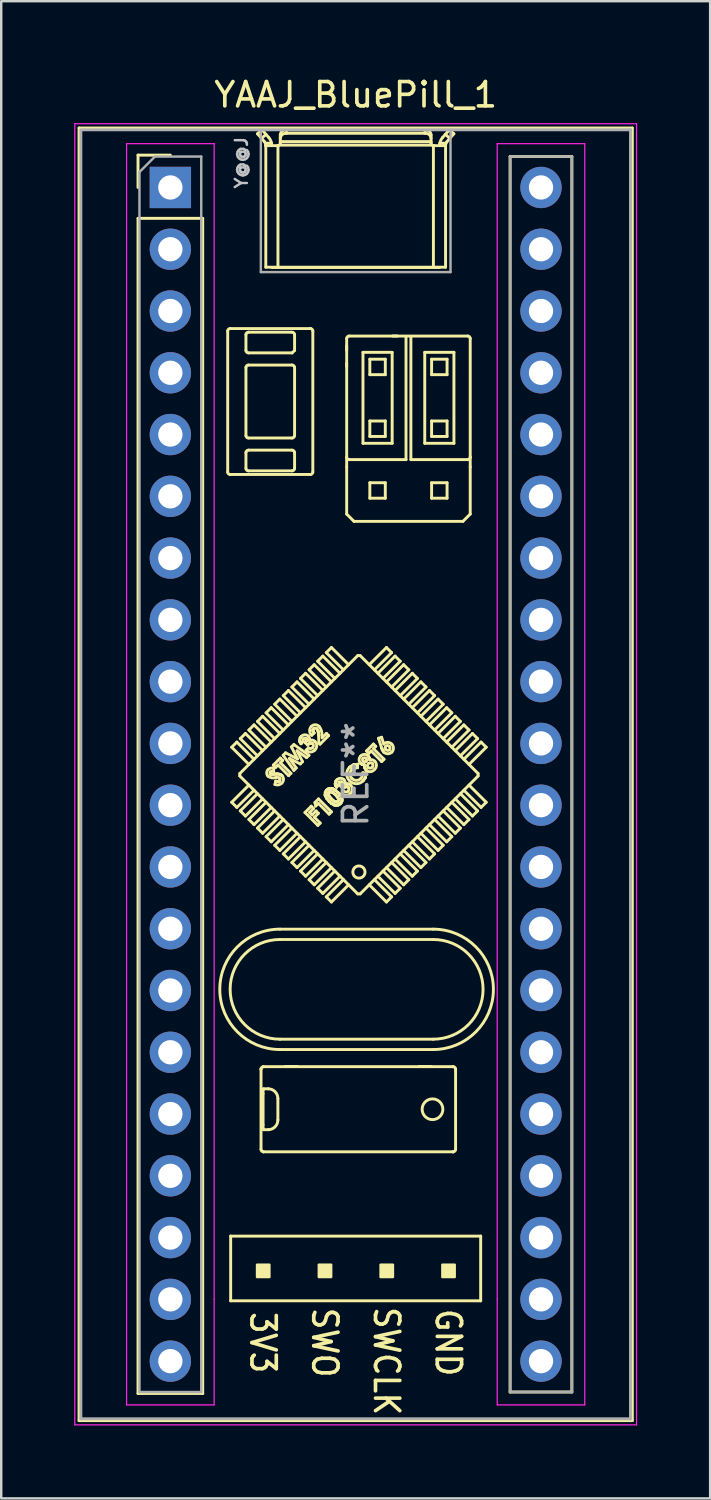
<source format=kicad_pcb>
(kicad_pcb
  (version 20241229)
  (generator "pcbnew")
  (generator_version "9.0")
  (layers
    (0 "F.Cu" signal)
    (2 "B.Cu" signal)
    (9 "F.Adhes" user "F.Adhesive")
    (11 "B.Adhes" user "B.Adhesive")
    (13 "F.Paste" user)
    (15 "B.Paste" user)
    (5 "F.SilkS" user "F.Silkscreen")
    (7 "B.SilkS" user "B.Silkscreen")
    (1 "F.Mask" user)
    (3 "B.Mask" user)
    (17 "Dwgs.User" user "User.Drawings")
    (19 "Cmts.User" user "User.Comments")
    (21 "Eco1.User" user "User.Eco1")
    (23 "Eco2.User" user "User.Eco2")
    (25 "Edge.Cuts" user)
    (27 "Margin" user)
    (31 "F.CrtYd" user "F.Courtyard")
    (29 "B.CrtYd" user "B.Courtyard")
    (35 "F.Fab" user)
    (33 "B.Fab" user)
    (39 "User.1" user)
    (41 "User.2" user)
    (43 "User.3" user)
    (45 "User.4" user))
  (footprint "YAAJ_BluePill_1"
    (layer "F.Cu")
    (at 3.955 4.658)
    (property "Reference" "YAAJ_BluePill_1" (at 7.62 -3.81 0) (layer "F.SilkS") (effects (font (size 1 1) (thickness 0.15))))
    (attr through_hole)
    (fp_line (start -3.755 -2.445) (end 18.995 -2.445) (stroke (width 0.12) (type solid)) (layer "F.SilkS"))
    (fp_line (start -3.755 50.705) (end -3.755 -2.445) (stroke (width 0.12) (type solid)) (layer "F.SilkS"))
    (fp_line (start -1.33 -1.33) (end 0 -1.33) (stroke (width 0.12) (type solid)) (layer "F.SilkS"))
    (fp_line (start -1.33 0) (end -1.33 -1.33) (stroke (width 0.12) (type solid)) (layer "F.SilkS"))
    (fp_line (start -1.33 1.27) (end 1.33 1.27) (stroke (width 0.12) (type solid)) (layer "F.SilkS"))
    (fp_line (start -1.33 49.59) (end -1.33 1.27) (stroke (width 0.12) (type solid)) (layer "F.SilkS"))
    (fp_line (start 1.33 1.27) (end 1.33 49.59) (stroke (width 0.12) (type solid)) (layer "F.SilkS"))
    (fp_line (start 1.33 49.59) (end -1.33 49.59) (stroke (width 0.12) (type solid)) (layer "F.SilkS"))
    (fp_line (start 2.358 5.902) (end 2.358 11.702) (stroke (width 0.12) (type solid)) (layer "F.SilkS"))
    (fp_line (start 2.458 11.802) (end 5.758 11.802) (stroke (width 0.12) (type solid)) (layer "F.SilkS"))
    (fp_line (start 2.48 43.12) (end 2.48 45.78) (stroke (width 0.12) (type solid)) (layer "F.SilkS"))
    (fp_line (start 2.48 45.78) (end 12.76 45.78) (stroke (width 0.12) (type solid)) (layer "F.SilkS"))
    (fp_line (start 2.522 23.017) (end 3.229 23.724) (stroke (width 0.12) (type solid)) (layer "F.SilkS"))
    (fp_line (start 2.522 25.28) (end 3.229 24.573) (stroke (width 0.12) (type solid)) (layer "F.SilkS"))
    (fp_line (start 2.734 22.805) (end 2.522 23.017) (stroke (width 0.12) (type solid)) (layer "F.SilkS"))
    (fp_line (start 2.734 22.805) (end 3.441 23.512) (stroke (width 0.12) (type solid)) (layer "F.SilkS"))
    (fp_line (start 2.734 25.492) (end 2.522 25.28) (stroke (width 0.12) (type solid)) (layer "F.SilkS"))
    (fp_line (start 2.734 25.492) (end 3.441 24.785) (stroke (width 0.12) (type solid)) (layer "F.SilkS"))
    (fp_line (start 2.855 24.199) (end 2.855 24.099) (stroke (width 0.12) (type solid)) (layer "F.SilkS"))
    (fp_line (start 2.855 24.199) (end 7.704 29.048) (stroke (width 0.12) (type solid)) (layer "F.SilkS"))
    (fp_line (start 2.875 22.664) (end 3.583 23.371) (stroke (width 0.12) (type solid)) (layer "F.SilkS"))
    (fp_line (start 2.875 25.634) (end 3.583 24.926) (stroke (width 0.12) (type solid)) (layer "F.SilkS"))
    (fp_line (start 3.088 22.452) (end 2.875 22.664) (stroke (width 0.12) (type solid)) (layer "F.SilkS"))
    (fp_line (start 3.088 22.452) (end 3.795 23.159) (stroke (width 0.12) (type solid)) (layer "F.SilkS"))
    (fp_line (start 3.088 25.846) (end 2.875 25.634) (stroke (width 0.12) (type solid)) (layer "F.SilkS"))
    (fp_line (start 3.088 25.846) (end 3.795 25.139) (stroke (width 0.12) (type solid)) (layer "F.SilkS"))
    (fp_line (start 3.108 6.702) (end 3.108 6.052) (stroke (width 0.12) (type solid)) (layer "F.SilkS"))
    (fp_line (start 3.108 10.202) (end 3.108 7.402) (stroke (width 0.12) (type solid)) (layer "F.SilkS"))
    (fp_line (start 3.108 11.552) (end 3.108 10.902) (stroke (width 0.12) (type solid)) (layer "F.SilkS"))
    (fp_line (start 3.208 5.952) (end 5.008 5.952) (stroke (width 0.12) (type solid)) (layer "F.SilkS"))
    (fp_line (start 3.208 7.302) (end 5.008 7.302) (stroke (width 0.12) (type solid)) (layer "F.SilkS"))
    (fp_line (start 3.208 10.802) (end 5.008 10.802) (stroke (width 0.12) (type solid)) (layer "F.SilkS"))
    (fp_line (start 3.229 22.31) (end 3.936 23.017) (stroke (width 0.12) (type solid)) (layer "F.SilkS"))
    (fp_line (start 3.229 25.987) (end 3.936 25.28) (stroke (width 0.12) (type solid)) (layer "F.SilkS"))
    (fp_line (start 3.441 22.098) (end 3.229 22.31) (stroke (width 0.12) (type solid)) (layer "F.SilkS"))
    (fp_line (start 3.441 22.098) (end 4.148 22.805) (stroke (width 0.12) (type solid)) (layer "F.SilkS"))
    (fp_line (start 3.441 26.199) (end 3.229 25.987) (stroke (width 0.12) (type solid)) (layer "F.SilkS"))
    (fp_line (start 3.441 26.199) (end 4.148 25.492) (stroke (width 0.12) (type solid)) (layer "F.SilkS"))
    (fp_line (start 3.583 -2.207) (end 3.861 -1.891) (stroke (width 0.12) (type solid)) (layer "F.SilkS"))
    (fp_line (start 3.583 21.957) (end 4.29 22.664) (stroke (width 0.12) (type solid)) (layer "F.SilkS"))
    (fp_line (start 3.583 26.341) (end 4.29 25.634) (stroke (width 0.12) (type solid)) (layer "F.SilkS"))
    (fp_line (start 3.728 36.253) (end 3.728 39.553) (stroke (width 0.12) (type solid)) (layer "F.SilkS"))
    (fp_line (start 3.728 36.252) (end 3.728 36.253) (stroke (width 0.12) (type solid)) (layer "F.SilkS"))
    (fp_line (start 3.748 -2.02) (end 3.933 -2.182) (stroke (width 0.12) (type solid)) (layer "F.SilkS"))
    (fp_line (start 3.767 -2.37) (end 3.583 -2.207) (stroke (width 0.12) (type solid)) (layer "F.SilkS"))
    (fp_line (start 3.795 21.744) (end 3.583 21.957) (stroke (width 0.12) (type solid)) (layer "F.SilkS"))
    (fp_line (start 3.795 21.744) (end 4.502 22.452) (stroke (width 0.12) (type solid)) (layer "F.SilkS"))
    (fp_line (start 3.795 26.553) (end 3.583 26.341) (stroke (width 0.12) (type solid)) (layer "F.SilkS"))
    (fp_line (start 3.795 26.553) (end 4.502 25.846) (stroke (width 0.12) (type solid)) (layer "F.SilkS"))
    (fp_line (start 3.812 38.544) (end 3.812 37.262) (stroke (width 0.12) (type solid)) (layer "F.SilkS"))
    (fp_line (start 3.827 39.653) (end 3.828 39.653) (stroke (width 0.12) (type solid)) (layer "F.SilkS"))
    (fp_line (start 3.828 36.153) (end 3.827 36.153) (stroke (width 0.12) (type solid)) (layer "F.SilkS"))
    (fp_line (start 3.828 36.153) (end 11.628 36.153) (stroke (width 0.12) (type solid)) (layer "F.SilkS"))
    (fp_line (start 3.828 39.653) (end 11.628 39.653) (stroke (width 0.12) (type solid)) (layer "F.SilkS"))
    (fp_line (start 3.834 38.744) (end 4.021 38.744) (stroke (width 0.12) (type solid)) (layer "F.SilkS"))
    (fp_line (start 3.924 -1.728) (end 3.929 -1.72) (stroke (width 0.12) (type solid)) (layer "F.SilkS"))
    (fp_line (start 3.924 -1.726) (end 3.924 -1.728) (stroke (width 0.12) (type solid)) (layer "F.SilkS"))
    (fp_line (start 3.924 -1.726) (end 3.924 3.28) (stroke (width 0.12) (type solid)) (layer "F.SilkS"))
    (fp_line (start 3.929 -1.72) (end 3.93 -1.72) (stroke (width 0.12) (type solid)) (layer "F.SilkS"))
    (fp_line (start 3.93 -1.72) (end 4.42 -1.72) (stroke (width 0.12) (type solid)) (layer "F.SilkS"))
    (fp_line (start 3.936 21.603) (end 4.643 22.31) (stroke (width 0.12) (type solid)) (layer "F.SilkS"))
    (fp_line (start 3.936 26.694) (end 4.643 25.987) (stroke (width 0.12) (type solid)) (layer "F.SilkS"))
    (fp_line (start 4.021 37.062) (end 3.834 37.062) (stroke (width 0.12) (type solid)) (layer "F.SilkS"))
    (fp_line (start 4.045 -2.055) (end 3.767 -2.37) (stroke (width 0.12) (type solid)) (layer "F.SilkS"))
    (fp_line (start 4.108 24.11) (end 4.126 24.122) (stroke (width 0.12) (type solid)) (layer "F.SilkS"))
    (fp_line (start 4.108 24.11) (end 4.126 24.122) (stroke (width 0.12) (type solid)) (layer "F.SilkS"))
    (fp_line (start 4.126 24.122) (end 4.142 24.127) (stroke (width 0.12) (type solid)) (layer "F.SilkS"))
    (fp_line (start 4.126 24.122) (end 4.142 24.127) (stroke (width 0.12) (type solid)) (layer "F.SilkS"))
    (fp_line (start 4.142 24.127) (end 4.221 24.127) (stroke (width 0.12) (type solid)) (layer "F.SilkS"))
    (fp_line (start 4.142 24.127) (end 4.221 24.127) (stroke (width 0.12) (type solid)) (layer "F.SilkS"))
    (fp_line (start 4.148 21.391) (end 3.936 21.603) (stroke (width 0.12) (type solid)) (layer "F.SilkS"))
    (fp_line (start 4.148 21.391) (end 4.855 22.098) (stroke (width 0.12) (type solid)) (layer "F.SilkS"))
    (fp_line (start 4.148 26.906) (end 3.936 26.694) (stroke (width 0.12) (type solid)) (layer "F.SilkS"))
    (fp_line (start 4.148 26.906) (end 4.855 26.199) (stroke (width 0.12) (type solid)) (layer "F.SilkS"))
    (fp_line (start 4.161 -1.82) (end 3.905 -1.82) (stroke (width 0.12) (type solid)) (layer "F.SilkS"))
    (fp_line (start 4.17 -1.72) (end 4.17 -1.724) (stroke (width 0.12) (type solid)) (layer "F.SilkS"))
    (fp_line (start 4.221 24.127) (end 4.283 24.123) (stroke (width 0.12) (type solid)) (layer "F.SilkS"))
    (fp_line (start 4.221 24.127) (end 4.283 24.123) (stroke (width 0.12) (type solid)) (layer "F.SilkS"))
    (fp_line (start 4.236 23.749) (end 4.522 23.463) (stroke (width 0.12) (type solid)) (layer "F.SilkS"))
    (fp_line (start 4.253 23.874) (end 4.247 24.011) (stroke (width 0.12) (type solid)) (layer "F.SilkS"))
    (fp_line (start 4.283 24.123) (end 4.355 24.118) (stroke (width 0.12) (type solid)) (layer "F.SilkS"))
    (fp_line (start 4.283 24.123) (end 4.355 24.118) (stroke (width 0.12) (type solid)) (layer "F.SilkS"))
    (fp_line (start 4.29 21.249) (end 4.997 21.957) (stroke (width 0.12) (type solid)) (layer "F.SilkS"))
    (fp_line (start 4.29 27.048) (end 4.997 26.341) (stroke (width 0.12) (type solid)) (layer "F.SilkS"))
    (fp_line (start 4.3 24.547) (end 4.334 24.413) (stroke (width 0.12) (type solid)) (layer "F.SilkS"))
    (fp_line (start 4.331 23.844) (end 4.236 23.749) (stroke (width 0.12) (type solid)) (layer "F.SilkS"))
    (fp_line (start 4.334 24.413) (end 4.424 24.424) (stroke (width 0.12) (type solid)) (layer "F.SilkS"))
    (fp_line (start 4.334 24.413) (end 4.424 24.424) (stroke (width 0.12) (type solid)) (layer "F.SilkS"))
    (fp_line (start 4.355 24.118) (end 4.412 24.116) (stroke (width 0.12) (type solid)) (layer "F.SilkS"))
    (fp_line (start 4.355 24.118) (end 4.412 24.116) (stroke (width 0.12) (type solid)) (layer "F.SilkS"))
    (fp_line (start 4.412 24.116) (end 4.518 24.135) (stroke (width 0.12) (type solid)) (layer "F.SilkS"))
    (fp_line (start 4.412 24.116) (end 4.518 24.135) (stroke (width 0.12) (type solid)) (layer "F.SilkS"))
    (fp_line (start 4.42 -1.72) (end 4.424 -1.72) (stroke (width 0.12) (type solid)) (layer "F.SilkS"))
    (fp_line (start 4.421 37.462) (end 4.421 38.344) (stroke (width 0.12) (type solid)) (layer "F.SilkS"))
    (fp_line (start 4.424 -1.72) (end 4.424 3.29) (stroke (width 0.12) (type solid)) (layer "F.SilkS"))
    (fp_line (start 4.424 24.424) (end 4.459 24.415) (stroke (width 0.12) (type solid)) (layer "F.SilkS"))
    (fp_line (start 4.424 24.424) (end 4.459 24.415) (stroke (width 0.12) (type solid)) (layer "F.SilkS"))
    (fp_line (start 4.427 23.749) (end 4.331 23.844) (stroke (width 0.12) (type solid)) (layer "F.SilkS"))
    (fp_line (start 4.459 24.415) (end 4.489 24.394) (stroke (width 0.12) (type solid)) (layer "F.SilkS"))
    (fp_line (start 4.459 24.415) (end 4.489 24.394) (stroke (width 0.12) (type solid)) (layer "F.SilkS"))
    (fp_line (start 4.502 21.037) (end 4.29 21.249) (stroke (width 0.12) (type solid)) (layer "F.SilkS"))
    (fp_line (start 4.502 21.037) (end 5.209 21.744) (stroke (width 0.12) (type solid)) (layer "F.SilkS"))
    (fp_line (start 4.502 27.26) (end 4.29 27.048) (stroke (width 0.12) (type solid)) (layer "F.SilkS"))
    (fp_line (start 4.502 27.26) (end 5.209 26.553) (stroke (width 0.12) (type solid)) (layer "F.SilkS"))
    (fp_line (start 4.508 30.923) (end 10.808 30.923) (stroke (width 0.12) (type solid)) (layer "F.SilkS"))
    (fp_line (start 4.508 35.448) (end 10.808 35.448) (stroke (width 0.12) (type solid)) (layer "F.SilkS"))
    (fp_line (start 4.518 24.135) (end 4.588 24.183) (stroke (width 0.12) (type solid)) (layer "F.SilkS"))
    (fp_line (start 4.518 24.135) (end 4.588 24.183) (stroke (width 0.12) (type solid)) (layer "F.SilkS"))
    (fp_line (start 4.52 -2.165) (end 4.52 -1.82) (stroke (width 0.12) (type solid)) (layer "F.SilkS"))
    (fp_line (start 4.52 -1.885) (end 10.72 -1.885) (stroke (width 0.12) (type solid)) (layer "F.SilkS"))
    (fp_line (start 4.522 23.463) (end 4.617 23.559) (stroke (width 0.12) (type solid)) (layer "F.SilkS"))
    (fp_line (start 4.522 23.654) (end 4.957 24.089) (stroke (width 0.12) (type solid)) (layer "F.SilkS"))
    (fp_line (start 4.617 23.559) (end 4.522 23.654) (stroke (width 0.12) (type solid)) (layer "F.SilkS"))
    (fp_line (start 4.639 23.347) (end 4.737 23.248) (stroke (width 0.12) (type solid)) (layer "F.SilkS"))
    (fp_line (start 4.643 20.896) (end 5.35 21.603) (stroke (width 0.12) (type solid)) (layer "F.SilkS"))
    (fp_line (start 4.643 27.401) (end 5.35 26.694) (stroke (width 0.12) (type solid)) (layer "F.SilkS"))
    (fp_line (start 4.737 23.248) (end 5.228 23.497) (stroke (width 0.12) (type solid)) (layer "F.SilkS"))
    (fp_line (start 4.77 -2.227) (end 4.77 -2.37) (stroke (width 0.12) (type solid)) (layer "F.SilkS"))
    (fp_line (start 4.855 20.684) (end 4.643 20.896) (stroke (width 0.12) (type solid)) (layer "F.SilkS"))
    (fp_line (start 4.855 20.684) (end 5.562 21.391) (stroke (width 0.12) (type solid)) (layer "F.SilkS"))
    (fp_line (start 4.855 27.613) (end 4.643 27.401) (stroke (width 0.12) (type solid)) (layer "F.SilkS"))
    (fp_line (start 4.855 27.613) (end 5.562 26.906) (stroke (width 0.12) (type solid)) (layer "F.SilkS"))
    (fp_line (start 4.862 24.184) (end 4.427 23.749) (stroke (width 0.12) (type solid)) (layer "F.SilkS"))
    (fp_line (start 4.897 23.479) (end 5.176 23.87) (stroke (width 0.12) (type solid)) (layer "F.SilkS"))
    (fp_line (start 4.957 24.089) (end 4.862 24.184) (stroke (width 0.12) (type solid)) (layer "F.SilkS"))
    (fp_line (start 4.98 23.005) (end 5.078 22.907) (stroke (width 0.12) (type solid)) (layer "F.SilkS"))
    (fp_line (start 4.997 20.542) (end 5.704 21.249) (stroke (width 0.12) (type solid)) (layer "F.SilkS"))
    (fp_line (start 4.997 27.755) (end 5.704 27.048) (stroke (width 0.12) (type solid)) (layer "F.SilkS"))
    (fp_line (start 5.008 6.802) (end 3.208 6.802) (stroke (width 0.12) (type solid)) (layer "F.SilkS"))
    (fp_line (start 5.008 10.302) (end 3.208 10.302) (stroke (width 0.12) (type solid)) (layer "F.SilkS"))
    (fp_line (start 5.008 11.652) (end 3.208 11.652) (stroke (width 0.12) (type solid)) (layer "F.SilkS"))
    (fp_line (start 5.078 22.907) (end 5.698 23.348) (stroke (width 0.12) (type solid)) (layer "F.SilkS"))
    (fp_line (start 5.079 23.967) (end 4.639 23.347) (stroke (width 0.12) (type solid)) (layer "F.SilkS"))
    (fp_line (start 5.108 6.052) (end 5.108 6.702) (stroke (width 0.12) (type solid)) (layer "F.SilkS"))
    (fp_line (start 5.108 6.702) (end 5.008 6.802) (stroke (width 0.12) (type solid)) (layer "F.SilkS"))
    (fp_line (start 5.108 7.402) (end 5.108 10.202) (stroke (width 0.12) (type solid)) (layer "F.SilkS"))
    (fp_line (start 5.108 10.902) (end 5.108 11.552) (stroke (width 0.12) (type solid)) (layer "F.SilkS"))
    (fp_line (start 5.176 23.87) (end 5.079 23.967) (stroke (width 0.12) (type solid)) (layer "F.SilkS"))
    (fp_line (start 5.209 20.33) (end 4.997 20.542) (stroke (width 0.12) (type solid)) (layer "F.SilkS"))
    (fp_line (start 5.209 20.33) (end 5.916 21.037) (stroke (width 0.12) (type solid)) (layer "F.SilkS"))
    (fp_line (start 5.209 27.967) (end 4.997 27.755) (stroke (width 0.12) (type solid)) (layer "F.SilkS"))
    (fp_line (start 5.209 27.967) (end 5.916 27.26) (stroke (width 0.12) (type solid)) (layer "F.SilkS"))
    (fp_line (start 5.21 23.166) (end 5.435 23.611) (stroke (width 0.12) (type solid)) (layer "F.SilkS"))
    (fp_line (start 5.228 36.143) (end 4.728 36.143) (stroke (width 0.12) (type solid)) (layer "F.SilkS"))
    (fp_line (start 5.228 23.497) (end 4.98 23.005) (stroke (width 0.12) (type solid)) (layer "F.SilkS"))
    (fp_line (start 5.319 22.738) (end 5.339 22.637) (stroke (width 0.12) (type solid)) (layer "F.SilkS"))
    (fp_line (start 5.319 22.738) (end 5.339 22.637) (stroke (width 0.12) (type solid)) (layer "F.SilkS"))
    (fp_line (start 5.331 22.801) (end 5.319 22.738) (stroke (width 0.12) (type solid)) (layer "F.SilkS"))
    (fp_line (start 5.331 22.801) (end 5.319 22.738) (stroke (width 0.12) (type solid)) (layer "F.SilkS"))
    (fp_line (start 5.339 22.637) (end 5.387 22.571) (stroke (width 0.12) (type solid)) (layer "F.SilkS"))
    (fp_line (start 5.339 22.637) (end 5.387 22.571) (stroke (width 0.12) (type solid)) (layer "F.SilkS"))
    (fp_line (start 5.342 23.704) (end 4.897 23.479) (stroke (width 0.12) (type solid)) (layer "F.SilkS"))
    (fp_line (start 5.35 20.189) (end 6.057 20.896) (stroke (width 0.12) (type solid)) (layer "F.SilkS"))
    (fp_line (start 5.35 28.108) (end 6.057 27.401) (stroke (width 0.12) (type solid)) (layer "F.SilkS"))
    (fp_line (start 5.372 22.872) (end 5.331 22.801) (stroke (width 0.12) (type solid)) (layer "F.SilkS"))
    (fp_line (start 5.372 22.872) (end 5.331 22.801) (stroke (width 0.12) (type solid)) (layer "F.SilkS"))
    (fp_line (start 5.435 23.611) (end 5.342 23.704) (stroke (width 0.12) (type solid)) (layer "F.SilkS"))
    (fp_line (start 5.467 22.777) (end 5.372 22.872) (stroke (width 0.12) (type solid)) (layer "F.SilkS"))
    (fp_line (start 5.535 25.7) (end 5.793 25.442) (stroke (width 0.12) (type solid)) (layer "F.SilkS"))
    (fp_line (start 5.549 22.831) (end 5.6 22.752) (stroke (width 0.12) (type solid)) (layer "F.SilkS"))
    (fp_line (start 5.549 22.831) (end 5.6 22.752) (stroke (width 0.12) (type solid)) (layer "F.SilkS"))
    (fp_line (start 5.562 19.977) (end 5.35 20.189) (stroke (width 0.12) (type solid)) (layer "F.SilkS"))
    (fp_line (start 5.562 19.977) (end 6.27 20.684) (stroke (width 0.12) (type solid)) (layer "F.SilkS"))
    (fp_line (start 5.562 28.321) (end 5.35 28.108) (stroke (width 0.12) (type solid)) (layer "F.SilkS"))
    (fp_line (start 5.562 28.321) (end 6.27 27.613) (stroke (width 0.12) (type solid)) (layer "F.SilkS"))
    (fp_line (start 5.583 23.137) (end 5.678 23.042) (stroke (width 0.12) (type solid)) (layer "F.SilkS"))
    (fp_line (start 5.598 22.683) (end 5.585 22.664) (stroke (width 0.12) (type solid)) (layer "F.SilkS"))
    (fp_line (start 5.598 22.683) (end 5.585 22.664) (stroke (width 0.12) (type solid)) (layer "F.SilkS"))
    (fp_line (start 5.6 22.752) (end 5.605 22.706) (stroke (width 0.12) (type solid)) (layer "F.SilkS"))
    (fp_line (start 5.6 22.752) (end 5.605 22.706) (stroke (width 0.12) (type solid)) (layer "F.SilkS"))
    (fp_line (start 5.602 23.444) (end 5.21 23.166) (stroke (width 0.12) (type solid)) (layer "F.SilkS"))
    (fp_line (start 5.605 22.706) (end 5.598 22.683) (stroke (width 0.12) (type solid)) (layer "F.SilkS"))
    (fp_line (start 5.605 22.706) (end 5.598 22.683) (stroke (width 0.12) (type solid)) (layer "F.SilkS"))
    (fp_line (start 5.637 22.92) (end 5.549 22.831) (stroke (width 0.12) (type solid)) (layer "F.SilkS"))
    (fp_line (start 5.698 23.348) (end 5.602 23.444) (stroke (width 0.12) (type solid)) (layer "F.SilkS"))
    (fp_line (start 5.704 19.835) (end 6.411 20.542) (stroke (width 0.12) (type solid)) (layer "F.SilkS"))
    (fp_line (start 5.704 28.462) (end 6.411 27.755) (stroke (width 0.12) (type solid)) (layer "F.SilkS"))
    (fp_line (start 5.725 25.7) (end 5.827 25.802) (stroke (width 0.12) (type solid)) (layer "F.SilkS"))
    (fp_line (start 5.738 22.854) (end 5.637 22.92) (stroke (width 0.12) (type solid)) (layer "F.SilkS"))
    (fp_line (start 5.738 22.854) (end 5.637 22.92) (stroke (width 0.12) (type solid)) (layer "F.SilkS"))
    (fp_line (start 5.758 5.802) (end 2.458 5.802) (stroke (width 0.12) (type solid)) (layer "F.SilkS"))
    (fp_line (start 5.762 5.802) (end 5.758 5.802) (stroke (width 0.12) (type solid)) (layer "F.SilkS"))
    (fp_line (start 5.793 25.442) (end 5.888 25.537) (stroke (width 0.12) (type solid)) (layer "F.SilkS"))
    (fp_line (start 5.798 22.849) (end 5.738 22.854) (stroke (width 0.12) (type solid)) (layer "F.SilkS"))
    (fp_line (start 5.798 22.849) (end 5.738 22.854) (stroke (width 0.12) (type solid)) (layer "F.SilkS"))
    (fp_line (start 5.827 25.802) (end 5.99 25.639) (stroke (width 0.12) (type solid)) (layer "F.SilkS"))
    (fp_line (start 5.827 22.858) (end 5.798 22.849) (stroke (width 0.12) (type solid)) (layer "F.SilkS"))
    (fp_line (start 5.827 22.858) (end 5.798 22.849) (stroke (width 0.12) (type solid)) (layer "F.SilkS"))
    (fp_line (start 5.852 22.876) (end 5.827 22.858) (stroke (width 0.12) (type solid)) (layer "F.SilkS"))
    (fp_line (start 5.852 22.876) (end 5.827 22.858) (stroke (width 0.12) (type solid)) (layer "F.SilkS"))
    (fp_line (start 5.858 11.702) (end 5.858 5.902) (stroke (width 0.12) (type solid)) (layer "F.SilkS"))
    (fp_line (start 5.862 22.307) (end 5.866 22.36) (stroke (width 0.12) (type solid)) (layer "F.SilkS"))
    (fp_line (start 5.862 22.307) (end 5.866 22.36) (stroke (width 0.12) (type solid)) (layer "F.SilkS"))
    (fp_line (start 5.866 22.36) (end 5.909 22.43) (stroke (width 0.12) (type solid)) (layer "F.SilkS"))
    (fp_line (start 5.866 22.36) (end 5.909 22.43) (stroke (width 0.12) (type solid)) (layer "F.SilkS"))
    (fp_line (start 5.887 22.261) (end 5.862 22.307) (stroke (width 0.12) (type solid)) (layer "F.SilkS"))
    (fp_line (start 5.887 22.261) (end 5.862 22.307) (stroke (width 0.12) (type solid)) (layer "F.SilkS"))
    (fp_line (start 5.888 25.537) (end 5.725 25.7) (stroke (width 0.12) (type solid)) (layer "F.SilkS"))
    (fp_line (start 5.909 22.43) (end 5.814 22.525) (stroke (width 0.12) (type solid)) (layer "F.SilkS"))
    (fp_line (start 5.916 19.623) (end 5.704 19.835) (stroke (width 0.12) (type solid)) (layer "F.SilkS"))
    (fp_line (start 5.916 19.623) (end 6.623 20.33) (stroke (width 0.12) (type solid)) (layer "F.SilkS"))
    (fp_line (start 5.916 28.674) (end 5.704 28.462) (stroke (width 0.12) (type solid)) (layer "F.SilkS"))
    (fp_line (start 5.916 28.674) (end 6.623 27.967) (stroke (width 0.12) (type solid)) (layer "F.SilkS"))
    (fp_line (start 5.922 25.898) (end 6.16 26.136) (stroke (width 0.12) (type solid)) (layer "F.SilkS"))
    (fp_line (start 5.945 25.29) (end 6.092 25.143) (stroke (width 0.12) (type solid)) (layer "F.SilkS"))
    (fp_line (start 5.977 25.435) (end 5.945 25.29) (stroke (width 0.12) (type solid)) (layer "F.SilkS"))
    (fp_line (start 5.99 25.639) (end 6.086 25.734) (stroke (width 0.12) (type solid)) (layer "F.SilkS"))
    (fp_line (start 6.057 19.482) (end 6.765 20.189) (stroke (width 0.12) (type solid)) (layer "F.SilkS"))
    (fp_line (start 6.057 28.815) (end 6.765 28.108) (stroke (width 0.12) (type solid)) (layer "F.SilkS"))
    (fp_line (start 6.065 26.231) (end 5.535 25.7) (stroke (width 0.12) (type solid)) (layer "F.SilkS"))
    (fp_line (start 6.08 22.368) (end 6.027 22.263) (stroke (width 0.12) (type solid)) (layer "F.SilkS"))
    (fp_line (start 6.08 22.368) (end 6.027 22.263) (stroke (width 0.12) (type solid)) (layer "F.SilkS"))
    (fp_line (start 6.086 25.326) (end 5.977 25.435) (stroke (width 0.12) (type solid)) (layer "F.SilkS"))
    (fp_line (start 6.086 25.734) (end 5.922 25.898) (stroke (width 0.12) (type solid)) (layer "F.SilkS"))
    (fp_line (start 6.092 25.143) (end 6.623 25.673) (stroke (width 0.12) (type solid)) (layer "F.SilkS"))
    (fp_line (start 6.095 22.52) (end 6.08 22.368) (stroke (width 0.12) (type solid)) (layer "F.SilkS"))
    (fp_line (start 6.095 22.52) (end 6.08 22.368) (stroke (width 0.12) (type solid)) (layer "F.SilkS"))
    (fp_line (start 6.105 22.844) (end 6.095 22.52) (stroke (width 0.12) (type solid)) (layer "F.SilkS"))
    (fp_line (start 6.154 22.892) (end 6.105 22.844) (stroke (width 0.12) (type solid)) (layer "F.SilkS"))
    (fp_line (start 6.16 26.136) (end 6.065 26.231) (stroke (width 0.12) (type solid)) (layer "F.SilkS"))
    (fp_line (start 6.232 22.51) (end 6.24 22.629) (stroke (width 0.12) (type solid)) (layer "F.SilkS"))
    (fp_line (start 6.24 22.629) (end 6.419 22.45) (stroke (width 0.12) (type solid)) (layer "F.SilkS"))
    (fp_line (start 6.27 19.27) (end 6.057 19.482) (stroke (width 0.12) (type solid)) (layer "F.SilkS"))
    (fp_line (start 6.27 19.27) (end 6.977 19.977) (stroke (width 0.12) (type solid)) (layer "F.SilkS"))
    (fp_line (start 6.27 29.028) (end 6.057 28.815) (stroke (width 0.12) (type solid)) (layer "F.SilkS"))
    (fp_line (start 6.27 29.028) (end 6.977 28.321) (stroke (width 0.12) (type solid)) (layer "F.SilkS"))
    (fp_line (start 6.365 24.988) (end 6.373 24.863) (stroke (width 0.12) (type solid)) (layer "F.SilkS"))
    (fp_line (start 6.365 24.988) (end 6.373 24.863) (stroke (width 0.12) (type solid)) (layer "F.SilkS"))
    (fp_line (start 6.373 24.863) (end 6.427 24.781) (stroke (width 0.12) (type solid)) (layer "F.SilkS"))
    (fp_line (start 6.373 24.863) (end 6.427 24.781) (stroke (width 0.12) (type solid)) (layer "F.SilkS"))
    (fp_line (start 6.411 19.128) (end 7.118 19.835) (stroke (width 0.12) (type solid)) (layer "F.SilkS"))
    (fp_line (start 6.411 29.169) (end 7.118 28.462) (stroke (width 0.12) (type solid)) (layer "F.SilkS"))
    (fp_line (start 6.419 22.45) (end 6.507 22.539) (stroke (width 0.12) (type solid)) (layer "F.SilkS"))
    (fp_line (start 6.421 25.111) (end 6.365 24.988) (stroke (width 0.12) (type solid)) (layer "F.SilkS"))
    (fp_line (start 6.421 25.111) (end 6.365 24.988) (stroke (width 0.12) (type solid)) (layer "F.SilkS"))
    (fp_line (start 6.427 24.781) (end 6.48 24.74) (stroke (width 0.12) (type solid)) (layer "F.SilkS"))
    (fp_line (start 6.427 24.781) (end 6.48 24.74) (stroke (width 0.12) (type solid)) (layer "F.SilkS"))
    (fp_line (start 6.48 24.74) (end 6.541 24.715) (stroke (width 0.12) (type solid)) (layer "F.SilkS"))
    (fp_line (start 6.48 24.74) (end 6.541 24.715) (stroke (width 0.12) (type solid)) (layer "F.SilkS"))
    (fp_line (start 6.496 24.948) (end 6.524 25.024) (stroke (width 0.12) (type solid)) (layer "F.SilkS"))
    (fp_line (start 6.496 24.948) (end 6.524 25.024) (stroke (width 0.12) (type solid)) (layer "F.SilkS"))
    (fp_line (start 6.503 24.908) (end 6.496 24.948) (stroke (width 0.12) (type solid)) (layer "F.SilkS"))
    (fp_line (start 6.503 24.908) (end 6.496 24.948) (stroke (width 0.12) (type solid)) (layer "F.SilkS"))
    (fp_line (start 6.507 22.539) (end 6.154 22.892) (stroke (width 0.12) (type solid)) (layer "F.SilkS"))
    (fp_line (start 6.524 25.024) (end 6.629 25.149) (stroke (width 0.12) (type solid)) (layer "F.SilkS"))
    (fp_line (start 6.524 25.024) (end 6.629 25.149) (stroke (width 0.12) (type solid)) (layer "F.SilkS"))
    (fp_line (start 6.525 24.874) (end 6.503 24.908) (stroke (width 0.12) (type solid)) (layer "F.SilkS"))
    (fp_line (start 6.525 24.874) (end 6.503 24.908) (stroke (width 0.12) (type solid)) (layer "F.SilkS"))
    (fp_line (start 6.528 25.768) (end 6.086 25.326) (stroke (width 0.12) (type solid)) (layer "F.SilkS"))
    (fp_line (start 6.533 25.243) (end 6.421 25.111) (stroke (width 0.12) (type solid)) (layer "F.SilkS"))
    (fp_line (start 6.533 25.243) (end 6.421 25.111) (stroke (width 0.12) (type solid)) (layer "F.SilkS"))
    (fp_line (start 6.541 24.715) (end 6.608 24.71) (stroke (width 0.12) (type solid)) (layer "F.SilkS"))
    (fp_line (start 6.541 24.715) (end 6.608 24.71) (stroke (width 0.12) (type solid)) (layer "F.SilkS"))
    (fp_line (start 6.558 24.852) (end 6.525 24.874) (stroke (width 0.12) (type solid)) (layer "F.SilkS"))
    (fp_line (start 6.558 24.852) (end 6.525 24.874) (stroke (width 0.12) (type solid)) (layer "F.SilkS"))
    (fp_line (start 6.597 24.848) (end 6.558 24.852) (stroke (width 0.12) (type solid)) (layer "F.SilkS"))
    (fp_line (start 6.597 24.848) (end 6.558 24.852) (stroke (width 0.12) (type solid)) (layer "F.SilkS"))
    (fp_line (start 6.608 24.71) (end 6.673 24.725) (stroke (width 0.12) (type solid)) (layer "F.SilkS"))
    (fp_line (start 6.608 24.71) (end 6.673 24.725) (stroke (width 0.12) (type solid)) (layer "F.SilkS"))
    (fp_line (start 6.623 25.673) (end 6.528 25.768) (stroke (width 0.12) (type solid)) (layer "F.SilkS"))
    (fp_line (start 6.623 18.916) (end 6.411 19.128) (stroke (width 0.12) (type solid)) (layer "F.SilkS"))
    (fp_line (start 6.623 18.916) (end 7.33 19.623) (stroke (width 0.12) (type solid)) (layer "F.SilkS"))
    (fp_line (start 6.623 29.381) (end 6.411 29.169) (stroke (width 0.12) (type solid)) (layer "F.SilkS"))
    (fp_line (start 6.623 29.381) (end 7.33 28.674) (stroke (width 0.12) (type solid)) (layer "F.SilkS"))
    (fp_line (start 6.629 25.149) (end 6.749 25.246) (stroke (width 0.12) (type solid)) (layer "F.SilkS"))
    (fp_line (start 6.629 25.149) (end 6.749 25.246) (stroke (width 0.12) (type solid)) (layer "F.SilkS"))
    (fp_line (start 6.631 25.331) (end 6.533 25.243) (stroke (width 0.12) (type solid)) (layer "F.SilkS"))
    (fp_line (start 6.631 25.331) (end 6.533 25.243) (stroke (width 0.12) (type solid)) (layer "F.SilkS"))
    (fp_line (start 6.671 24.873) (end 6.597 24.848) (stroke (width 0.12) (type solid)) (layer "F.SilkS"))
    (fp_line (start 6.671 24.873) (end 6.597 24.848) (stroke (width 0.12) (type solid)) (layer "F.SilkS"))
    (fp_line (start 6.673 24.725) (end 6.788 24.789) (stroke (width 0.12) (type solid)) (layer "F.SilkS"))
    (fp_line (start 6.673 24.725) (end 6.788 24.789) (stroke (width 0.12) (type solid)) (layer "F.SilkS"))
    (fp_line (start 6.746 25.394) (end 6.631 25.331) (stroke (width 0.12) (type solid)) (layer "F.SilkS"))
    (fp_line (start 6.746 25.394) (end 6.631 25.331) (stroke (width 0.12) (type solid)) (layer "F.SilkS"))
    (fp_line (start 6.749 25.246) (end 6.822 25.268) (stroke (width 0.12) (type solid)) (layer "F.SilkS"))
    (fp_line (start 6.749 25.246) (end 6.822 25.268) (stroke (width 0.12) (type solid)) (layer "F.SilkS"))
    (fp_line (start 6.781 24.526) (end 6.801 24.425) (stroke (width 0.12) (type solid)) (layer "F.SilkS"))
    (fp_line (start 6.781 24.526) (end 6.801 24.425) (stroke (width 0.12) (type solid)) (layer "F.SilkS"))
    (fp_line (start 6.788 24.789) (end 6.888 24.878) (stroke (width 0.12) (type solid)) (layer "F.SilkS"))
    (fp_line (start 6.788 24.789) (end 6.888 24.878) (stroke (width 0.12) (type solid)) (layer "F.SilkS"))
    (fp_line (start 6.793 24.973) (end 6.671 24.873) (stroke (width 0.12) (type solid)) (layer "F.SilkS"))
    (fp_line (start 6.793 24.973) (end 6.671 24.873) (stroke (width 0.12) (type solid)) (layer "F.SilkS"))
    (fp_line (start 6.793 24.589) (end 6.781 24.526) (stroke (width 0.12) (type solid)) (layer "F.SilkS"))
    (fp_line (start 6.793 24.589) (end 6.781 24.526) (stroke (width 0.12) (type solid)) (layer "F.SilkS"))
    (fp_line (start 6.801 24.425) (end 6.849 24.359) (stroke (width 0.12) (type solid)) (layer "F.SilkS"))
    (fp_line (start 6.801 24.425) (end 6.849 24.359) (stroke (width 0.12) (type solid)) (layer "F.SilkS"))
    (fp_line (start 6.811 25.407) (end 6.746 25.394) (stroke (width 0.12) (type solid)) (layer "F.SilkS"))
    (fp_line (start 6.811 25.407) (end 6.746 25.394) (stroke (width 0.12) (type solid)) (layer "F.SilkS"))
    (fp_line (start 6.822 25.268) (end 6.86 25.262) (stroke (width 0.12) (type solid)) (layer "F.SilkS"))
    (fp_line (start 6.822 25.268) (end 6.86 25.262) (stroke (width 0.12) (type solid)) (layer "F.SilkS"))
    (fp_line (start 6.834 24.66) (end 6.793 24.589) (stroke (width 0.12) (type solid)) (layer "F.SilkS"))
    (fp_line (start 6.834 24.66) (end 6.793 24.589) (stroke (width 0.12) (type solid)) (layer "F.SilkS"))
    (fp_line (start 6.856 25.043) (end 6.793 24.973) (stroke (width 0.12) (type solid)) (layer "F.SilkS"))
    (fp_line (start 6.856 25.043) (end 6.793 24.973) (stroke (width 0.12) (type solid)) (layer "F.SilkS"))
    (fp_line (start 6.86 25.262) (end 6.892 25.241) (stroke (width 0.12) (type solid)) (layer "F.SilkS"))
    (fp_line (start 6.86 25.262) (end 6.892 25.241) (stroke (width 0.12) (type solid)) (layer "F.SilkS"))
    (fp_line (start 6.876 25.402) (end 6.811 25.407) (stroke (width 0.12) (type solid)) (layer "F.SilkS"))
    (fp_line (start 6.876 25.402) (end 6.811 25.407) (stroke (width 0.12) (type solid)) (layer "F.SilkS"))
    (fp_line (start 6.888 24.878) (end 6.976 24.977) (stroke (width 0.12) (type solid)) (layer "F.SilkS"))
    (fp_line (start 6.888 24.878) (end 6.976 24.977) (stroke (width 0.12) (type solid)) (layer "F.SilkS"))
    (fp_line (start 6.914 25.146) (end 6.856 25.043) (stroke (width 0.12) (type solid)) (layer "F.SilkS"))
    (fp_line (start 6.914 25.146) (end 6.856 25.043) (stroke (width 0.12) (type solid)) (layer "F.SilkS"))
    (fp_line (start 6.929 24.565) (end 6.834 24.66) (stroke (width 0.12) (type solid)) (layer "F.SilkS"))
    (fp_line (start 6.936 25.377) (end 6.876 25.402) (stroke (width 0.12) (type solid)) (layer "F.SilkS"))
    (fp_line (start 6.936 25.377) (end 6.876 25.402) (stroke (width 0.12) (type solid)) (layer "F.SilkS"))
    (fp_line (start 6.976 24.977) (end 7.041 25.092) (stroke (width 0.12) (type solid)) (layer "F.SilkS"))
    (fp_line (start 6.976 24.977) (end 7.041 25.092) (stroke (width 0.12) (type solid)) (layer "F.SilkS"))
    (fp_line (start 6.988 25.335) (end 6.936 25.377) (stroke (width 0.12) (type solid)) (layer "F.SilkS"))
    (fp_line (start 6.988 25.335) (end 6.936 25.377) (stroke (width 0.12) (type solid)) (layer "F.SilkS"))
    (fp_line (start 7.01 24.619) (end 7.062 24.54) (stroke (width 0.12) (type solid)) (layer "F.SilkS"))
    (fp_line (start 7.01 24.619) (end 7.062 24.54) (stroke (width 0.12) (type solid)) (layer "F.SilkS"))
    (fp_line (start 7.029 25.284) (end 6.988 25.335) (stroke (width 0.12) (type solid)) (layer "F.SilkS"))
    (fp_line (start 7.029 25.284) (end 6.988 25.335) (stroke (width 0.12) (type solid)) (layer "F.SilkS"))
    (fp_line (start 7.041 25.092) (end 7.057 25.157) (stroke (width 0.12) (type solid)) (layer "F.SilkS"))
    (fp_line (start 7.041 25.092) (end 7.057 25.157) (stroke (width 0.12) (type solid)) (layer "F.SilkS"))
    (fp_line (start 7.044 24.925) (end 7.14 24.83) (stroke (width 0.12) (type solid)) (layer "F.SilkS"))
    (fp_line (start 7.054 25.223) (end 7.029 25.284) (stroke (width 0.12) (type solid)) (layer "F.SilkS"))
    (fp_line (start 7.054 25.223) (end 7.029 25.284) (stroke (width 0.12) (type solid)) (layer "F.SilkS"))
    (fp_line (start 7.057 25.157) (end 7.054 25.223) (stroke (width 0.12) (type solid)) (layer "F.SilkS"))
    (fp_line (start 7.057 25.157) (end 7.054 25.223) (stroke (width 0.12) (type solid)) (layer "F.SilkS"))
    (fp_line (start 7.06 24.471) (end 7.047 24.452) (stroke (width 0.12) (type solid)) (layer "F.SilkS"))
    (fp_line (start 7.06 24.471) (end 7.047 24.452) (stroke (width 0.12) (type solid)) (layer "F.SilkS"))
    (fp_line (start 7.062 24.54) (end 7.067 24.494) (stroke (width 0.12) (type solid)) (layer "F.SilkS"))
    (fp_line (start 7.062 24.54) (end 7.067 24.494) (stroke (width 0.12) (type solid)) (layer "F.SilkS"))
    (fp_line (start 7.067 24.494) (end 7.06 24.471) (stroke (width 0.12) (type solid)) (layer "F.SilkS"))
    (fp_line (start 7.067 24.494) (end 7.06 24.471) (stroke (width 0.12) (type solid)) (layer "F.SilkS"))
    (fp_line (start 7.099 24.708) (end 7.01 24.619) (stroke (width 0.12) (type solid)) (layer "F.SilkS"))
    (fp_line (start 7.2 24.642) (end 7.099 24.708) (stroke (width 0.12) (type solid)) (layer "F.SilkS"))
    (fp_line (start 7.2 24.642) (end 7.099 24.708) (stroke (width 0.12) (type solid)) (layer "F.SilkS"))
    (fp_line (start 7.249 6.502) (end 7.249 6.691) (stroke (width 0.12) (type solid)) (layer "F.SilkS"))
    (fp_line (start 7.249 7.231) (end 7.249 7.265) (stroke (width 0.12) (type solid)) (layer "F.SilkS"))
    (fp_line (start 7.249 7.315) (end 7.249 7.359) (stroke (width 0.12) (type solid)) (layer "F.SilkS"))
    (fp_line (start 7.25 11.09) (end 7.25 6.21) (stroke (width 0.12) (type solid)) (layer "F.SilkS"))
    (fp_line (start 7.25 11.09) (end 7.25 11.49) (stroke (width 0.12) (type solid)) (layer "F.SilkS"))
    (fp_line (start 7.25 11.49) (end 7.25 13.43) (stroke (width 0.12) (type solid)) (layer "F.SilkS"))
    (fp_line (start 7.25 13.43) (end 7.55 13.73) (stroke (width 0.12) (type solid)) (layer "F.SilkS"))
    (fp_line (start 7.26 24.637) (end 7.2 24.642) (stroke (width 0.12) (type solid)) (layer "F.SilkS"))
    (fp_line (start 7.26 24.637) (end 7.2 24.642) (stroke (width 0.12) (type solid)) (layer "F.SilkS"))
    (fp_line (start 7.289 24.646) (end 7.26 24.637) (stroke (width 0.12) (type solid)) (layer "F.SilkS"))
    (fp_line (start 7.289 24.646) (end 7.26 24.637) (stroke (width 0.12) (type solid)) (layer "F.SilkS"))
    (fp_line (start 7.314 24.664) (end 7.289 24.646) (stroke (width 0.12) (type solid)) (layer "F.SilkS"))
    (fp_line (start 7.314 24.664) (end 7.289 24.646) (stroke (width 0.12) (type solid)) (layer "F.SilkS"))
    (fp_line (start 7.35 6.11) (end 12.23 6.11) (stroke (width 0.12) (type solid)) (layer "F.SilkS"))
    (fp_line (start 7.369 23.839) (end 7.542 23.736) (stroke (width 0.12) (type solid)) (layer "F.SilkS"))
    (fp_line (start 7.369 23.839) (end 7.542 23.736) (stroke (width 0.12) (type solid)) (layer "F.SilkS"))
    (fp_line (start 7.542 23.736) (end 7.701 23.719) (stroke (width 0.12) (type solid)) (layer "F.SilkS"))
    (fp_line (start 7.542 23.736) (end 7.701 23.719) (stroke (width 0.12) (type solid)) (layer "F.SilkS"))
    (fp_line (start 7.55 13.73) (end 12.03 13.73) (stroke (width 0.12) (type solid)) (layer "F.SilkS"))
    (fp_line (start 7.555 23.876) (end 7.46 23.938) (stroke (width 0.12) (type solid)) (layer "F.SilkS"))
    (fp_line (start 7.555 23.876) (end 7.46 23.938) (stroke (width 0.12) (type solid)) (layer "F.SilkS"))
    (fp_line (start 7.698 23.855) (end 7.555 23.876) (stroke (width 0.12) (type solid)) (layer "F.SilkS"))
    (fp_line (start 7.698 23.855) (end 7.555 23.876) (stroke (width 0.12) (type solid)) (layer "F.SilkS"))
    (fp_line (start 7.701 23.719) (end 7.698 23.855) (stroke (width 0.12) (type solid)) (layer "F.SilkS"))
    (fp_line (start 7.704 19.249) (end 2.855 24.099) (stroke (width 0.12) (type solid)) (layer "F.SilkS"))
    (fp_line (start 7.704 29.048) (end 7.804 29.048) (stroke (width 0.12) (type solid)) (layer "F.SilkS"))
    (fp_line (start 7.804 19.249) (end 7.704 19.249) (stroke (width 0.12) (type solid)) (layer "F.SilkS"))
    (fp_line (start 7.886 23.723) (end 7.825 23.68) (stroke (width 0.12) (type solid)) (layer "F.SilkS"))
    (fp_line (start 7.886 23.723) (end 7.825 23.68) (stroke (width 0.12) (type solid)) (layer "F.SilkS"))
    (fp_line (start 7.91 24.068) (end 8.049 24.071) (stroke (width 0.12) (type solid)) (layer "F.SilkS"))
    (fp_line (start 7.92 6.78) (end 9.12 6.78) (stroke (width 0.12) (type solid)) (layer "F.SilkS"))
    (fp_line (start 7.92 10.52) (end 7.92 6.78) (stroke (width 0.12) (type solid)) (layer "F.SilkS"))
    (fp_line (start 7.979 23.746) (end 7.886 23.723) (stroke (width 0.12) (type solid)) (layer "F.SilkS"))
    (fp_line (start 7.979 23.746) (end 7.886 23.723) (stroke (width 0.12) (type solid)) (layer "F.SilkS"))
    (fp_line (start 7.983 23.845) (end 7.979 23.746) (stroke (width 0.12) (type solid)) (layer "F.SilkS"))
    (fp_line (start 7.983 23.845) (end 7.979 23.746) (stroke (width 0.12) (type solid)) (layer "F.SilkS"))
    (fp_line (start 8.016 24.269) (end 7.925 24.398) (stroke (width 0.12) (type solid)) (layer "F.SilkS"))
    (fp_line (start 8.016 24.269) (end 7.925 24.398) (stroke (width 0.12) (type solid)) (layer "F.SilkS"))
    (fp_line (start 8.045 23.954) (end 7.983 23.845) (stroke (width 0.12) (type solid)) (layer "F.SilkS"))
    (fp_line (start 8.045 23.954) (end 7.983 23.845) (stroke (width 0.12) (type solid)) (layer "F.SilkS"))
    (fp_line (start 8.049 24.071) (end 8.016 24.269) (stroke (width 0.12) (type solid)) (layer "F.SilkS"))
    (fp_line (start 8.049 24.071) (end 8.016 24.269) (stroke (width 0.12) (type solid)) (layer "F.SilkS"))
    (fp_line (start 8.064 23.171) (end 8.35 22.886) (stroke (width 0.12) (type solid)) (layer "F.SilkS"))
    (fp_line (start 8.133 23.376) (end 8.182 23.456) (stroke (width 0.12) (type solid)) (layer "F.SilkS"))
    (fp_line (start 8.133 23.376) (end 8.182 23.456) (stroke (width 0.12) (type solid)) (layer "F.SilkS"))
    (fp_line (start 8.159 23.266) (end 8.064 23.171) (stroke (width 0.12) (type solid)) (layer "F.SilkS"))
    (fp_line (start 8.182 23.456) (end 8.196 23.529) (stroke (width 0.12) (type solid)) (layer "F.SilkS"))
    (fp_line (start 8.182 23.456) (end 8.196 23.529) (stroke (width 0.12) (type solid)) (layer "F.SilkS"))
    (fp_line (start 8.202 7.062) (end 8.838 7.062) (stroke (width 0.12) (type solid)) (layer "F.SilkS"))
    (fp_line (start 8.202 7.698) (end 8.202 7.062) (stroke (width 0.12) (type solid)) (layer "F.SilkS"))
    (fp_line (start 8.202 9.602) (end 8.838 9.602) (stroke (width 0.12) (type solid)) (layer "F.SilkS"))
    (fp_line (start 8.202 10.238) (end 8.202 9.602) (stroke (width 0.12) (type solid)) (layer "F.SilkS"))
    (fp_line (start 8.202 12.142) (end 8.838 12.142) (stroke (width 0.12) (type solid)) (layer "F.SilkS"))
    (fp_line (start 8.202 12.778) (end 8.202 12.142) (stroke (width 0.12) (type solid)) (layer "F.SilkS"))
    (fp_line (start 8.255 23.171) (end 8.159 23.266) (stroke (width 0.12) (type solid)) (layer "F.SilkS"))
    (fp_line (start 8.35 22.886) (end 8.445 22.981) (stroke (width 0.12) (type solid)) (layer "F.SilkS"))
    (fp_line (start 8.35 23.076) (end 8.785 23.511) (stroke (width 0.12) (type solid)) (layer "F.SilkS"))
    (fp_line (start 8.445 22.981) (end 8.35 23.076) (stroke (width 0.12) (type solid)) (layer "F.SilkS"))
    (fp_line (start 8.558 22.65) (end 8.685 22.608) (stroke (width 0.12) (type solid)) (layer "F.SilkS"))
    (fp_line (start 8.685 22.608) (end 8.775 22.882) (stroke (width 0.12) (type solid)) (layer "F.SilkS"))
    (fp_line (start 8.688 23.049) (end 8.558 22.65) (stroke (width 0.12) (type solid)) (layer "F.SilkS"))
    (fp_line (start 8.69 23.606) (end 8.255 23.171) (stroke (width 0.12) (type solid)) (layer "F.SilkS"))
    (fp_line (start 8.718 23.127) (end 8.688 23.049) (stroke (width 0.12) (type solid)) (layer "F.SilkS"))
    (fp_line (start 8.718 23.127) (end 8.688 23.049) (stroke (width 0.12) (type solid)) (layer "F.SilkS"))
    (fp_line (start 8.775 23.216) (end 8.718 23.127) (stroke (width 0.12) (type solid)) (layer "F.SilkS"))
    (fp_line (start 8.775 23.216) (end 8.718 23.127) (stroke (width 0.12) (type solid)) (layer "F.SilkS"))
    (fp_line (start 8.785 23.511) (end 8.69 23.606) (stroke (width 0.12) (type solid)) (layer "F.SilkS"))
    (fp_line (start 8.838 7.062) (end 8.838 7.698) (stroke (width 0.12) (type solid)) (layer "F.SilkS"))
    (fp_line (start 8.838 7.698) (end 8.202 7.698) (stroke (width 0.12) (type solid)) (layer "F.SilkS"))
    (fp_line (start 8.838 9.602) (end 8.838 10.238) (stroke (width 0.12) (type solid)) (layer "F.SilkS"))
    (fp_line (start 8.838 10.238) (end 8.202 10.238) (stroke (width 0.12) (type solid)) (layer "F.SilkS"))
    (fp_line (start 8.838 12.142) (end 8.838 12.778) (stroke (width 0.12) (type solid)) (layer "F.SilkS"))
    (fp_line (start 8.838 12.778) (end 8.202 12.778) (stroke (width 0.12) (type solid)) (layer "F.SilkS"))
    (fp_line (start 8.886 18.916) (end 8.179 19.623) (stroke (width 0.12) (type solid)) (layer "F.SilkS"))
    (fp_line (start 8.886 29.381) (end 8.179 28.674) (stroke (width 0.12) (type solid)) (layer "F.SilkS"))
    (fp_line (start 9.098 19.128) (end 8.391 19.835) (stroke (width 0.12) (type solid)) (layer "F.SilkS"))
    (fp_line (start 9.098 19.128) (end 8.886 18.916) (stroke (width 0.12) (type solid)) (layer "F.SilkS"))
    (fp_line (start 9.098 29.169) (end 8.391 28.462) (stroke (width 0.12) (type solid)) (layer "F.SilkS"))
    (fp_line (start 9.098 29.169) (end 8.886 29.381) (stroke (width 0.12) (type solid)) (layer "F.SilkS"))
    (fp_line (start 9.12 6.78) (end 9.12 10.52) (stroke (width 0.12) (type solid)) (layer "F.SilkS"))
    (fp_line (start 9.12 10.52) (end 7.92 10.52) (stroke (width 0.12) (type solid)) (layer "F.SilkS"))
    (fp_line (start 9.239 19.27) (end 8.532 19.977) (stroke (width 0.12) (type solid)) (layer "F.SilkS"))
    (fp_line (start 9.239 29.028) (end 8.532 28.321) (stroke (width 0.12) (type solid)) (layer "F.SilkS"))
    (fp_line (start 9.331 6.109) (end 9.142 6.109) (stroke (width 0.12) (type solid)) (layer "F.SilkS"))
    (fp_line (start 9.452 19.482) (end 8.744 20.189) (stroke (width 0.12) (type solid)) (layer "F.SilkS"))
    (fp_line (start 9.452 19.482) (end 9.239 19.27) (stroke (width 0.12) (type solid)) (layer "F.SilkS"))
    (fp_line (start 9.452 28.815) (end 8.744 28.108) (stroke (width 0.12) (type solid)) (layer "F.SilkS"))
    (fp_line (start 9.452 28.815) (end 9.239 29.028) (stroke (width 0.12) (type solid)) (layer "F.SilkS"))
    (fp_line (start 9.593 19.623) (end 8.886 20.33) (stroke (width 0.12) (type solid)) (layer "F.SilkS"))
    (fp_line (start 9.593 28.674) (end 8.886 27.967) (stroke (width 0.12) (type solid)) (layer "F.SilkS"))
    (fp_line (start 9.69 11.19) (end 7.35 11.19) (stroke (width 0.12) (type solid)) (layer "F.SilkS"))
    (fp_line (start 9.69 11.19) (end 9.69 6.121) (stroke (width 0.12) (type solid)) (layer "F.SilkS"))
    (fp_line (start 9.805 19.835) (end 9.098 20.542) (stroke (width 0.12) (type solid)) (layer "F.SilkS"))
    (fp_line (start 9.805 19.835) (end 9.593 19.623) (stroke (width 0.12) (type solid)) (layer "F.SilkS"))
    (fp_line (start 9.805 28.462) (end 9.098 27.755) (stroke (width 0.12) (type solid)) (layer "F.SilkS"))
    (fp_line (start 9.805 28.462) (end 9.593 28.674) (stroke (width 0.12) (type solid)) (layer "F.SilkS"))
    (fp_line (start 9.89 6.121) (end 9.89 11.19) (stroke (width 0.12) (type solid)) (layer "F.SilkS"))
    (fp_line (start 9.947 19.977) (end 9.239 20.684) (stroke (width 0.12) (type solid)) (layer "F.SilkS"))
    (fp_line (start 9.947 28.321) (end 9.239 27.613) (stroke (width 0.12) (type solid)) (layer "F.SilkS"))
    (fp_line (start 10.159 20.189) (end 9.452 20.896) (stroke (width 0.12) (type solid)) (layer "F.SilkS"))
    (fp_line (start 10.159 20.189) (end 9.947 19.977) (stroke (width 0.12) (type solid)) (layer "F.SilkS"))
    (fp_line (start 10.159 28.108) (end 9.452 27.401) (stroke (width 0.12) (type solid)) (layer "F.SilkS"))
    (fp_line (start 10.159 28.108) (end 9.947 28.321) (stroke (width 0.12) (type solid)) (layer "F.SilkS"))
    (fp_line (start 10.228 36.143) (end 10.728 36.143) (stroke (width 0.12) (type solid)) (layer "F.SilkS"))
    (fp_line (start 10.3 20.33) (end 9.593 21.037) (stroke (width 0.12) (type solid)) (layer "F.SilkS"))
    (fp_line (start 10.3 27.967) (end 9.593 27.26) (stroke (width 0.12) (type solid)) (layer "F.SilkS"))
    (fp_line (start 10.46 6.78) (end 11.66 6.78) (stroke (width 0.12) (type solid)) (layer "F.SilkS"))
    (fp_line (start 10.46 10.52) (end 10.46 6.78) (stroke (width 0.12) (type solid)) (layer "F.SilkS"))
    (fp_line (start 10.47 -2.37) (end 4.77 -2.37) (stroke (width 0.12) (type solid)) (layer "F.SilkS"))
    (fp_line (start 10.47 -2.227) (end 4.77 -2.227) (stroke (width 0.12) (type solid)) (layer "F.SilkS"))
    (fp_line (start 10.47 -2.227) (end 10.47 -2.37) (stroke (width 0.12) (type solid)) (layer "F.SilkS"))
    (fp_line (start 10.512 20.542) (end 9.805 21.249) (stroke (width 0.12) (type solid)) (layer "F.SilkS"))
    (fp_line (start 10.512 20.542) (end 10.3 20.33) (stroke (width 0.12) (type solid)) (layer "F.SilkS"))
    (fp_line (start 10.512 27.755) (end 9.805 27.048) (stroke (width 0.12) (type solid)) (layer "F.SilkS"))
    (fp_line (start 10.512 27.755) (end 10.3 27.967) (stroke (width 0.12) (type solid)) (layer "F.SilkS"))
    (fp_line (start 10.654 20.684) (end 9.947 21.391) (stroke (width 0.12) (type solid)) (layer "F.SilkS"))
    (fp_line (start 10.654 27.613) (end 9.947 26.906) (stroke (width 0.12) (type solid)) (layer "F.SilkS"))
    (fp_line (start 10.72 -2.165) (end 10.72 -1.82) (stroke (width 0.12) (type solid)) (layer "F.SilkS"))
    (fp_line (start 10.742 7.062) (end 11.378 7.062) (stroke (width 0.12) (type solid)) (layer "F.SilkS"))
    (fp_line (start 10.742 7.698) (end 10.742 7.062) (stroke (width 0.12) (type solid)) (layer "F.SilkS"))
    (fp_line (start 10.742 9.602) (end 11.378 9.602) (stroke (width 0.12) (type solid)) (layer "F.SilkS"))
    (fp_line (start 10.742 10.238) (end 10.742 9.602) (stroke (width 0.12) (type solid)) (layer "F.SilkS"))
    (fp_line (start 10.742 12.142) (end 11.378 12.142) (stroke (width 0.12) (type solid)) (layer "F.SilkS"))
    (fp_line (start 10.742 12.778) (end 10.742 12.142) (stroke (width 0.12) (type solid)) (layer "F.SilkS"))
    (fp_line (start 10.758 -1.741) (end 4.482 -1.741) (stroke (width 0.12) (type solid)) (layer "F.SilkS"))
    (fp_line (start 10.808 30.498) (end 4.508 30.498) (stroke (width 0.12) (type solid)) (layer "F.SilkS"))
    (fp_line (start 10.808 35.023) (end 4.508 35.023) (stroke (width 0.12) (type solid)) (layer "F.SilkS"))
    (fp_line (start 10.816 -1.72) (end 10.816 3.29) (stroke (width 0.12) (type solid)) (layer "F.SilkS"))
    (fp_line (start 10.82 -1.72) (end 10.816 -1.72) (stroke (width 0.12) (type solid)) (layer "F.SilkS"))
    (fp_line (start 10.866 20.896) (end 10.159 21.603) (stroke (width 0.12) (type solid)) (layer "F.SilkS"))
    (fp_line (start 10.866 20.896) (end 10.654 20.684) (stroke (width 0.12) (type solid)) (layer "F.SilkS"))
    (fp_line (start 10.866 27.401) (end 10.159 26.694) (stroke (width 0.12) (type solid)) (layer "F.SilkS"))
    (fp_line (start 10.866 27.401) (end 10.654 27.613) (stroke (width 0.12) (type solid)) (layer "F.SilkS"))
    (fp_line (start 11.007 21.037) (end 10.3 21.744) (stroke (width 0.12) (type solid)) (layer "F.SilkS"))
    (fp_line (start 11.007 27.26) (end 10.3 26.553) (stroke (width 0.12) (type solid)) (layer "F.SilkS"))
    (fp_line (start 11.07 -1.72) (end 11.07 -1.724) (stroke (width 0.12) (type solid)) (layer "F.SilkS"))
    (fp_line (start 11.07 3.29) (end 4.17 3.29) (stroke (width 0.12) (type solid)) (layer "F.SilkS"))
    (fp_line (start 11.079 -1.82) (end 11.335 -1.82) (stroke (width 0.12) (type solid)) (layer "F.SilkS"))
    (fp_line (start 11.195 -2.055) (end 11.473 -2.37) (stroke (width 0.12) (type solid)) (layer "F.SilkS"))
    (fp_line (start 11.219 21.249) (end 10.512 21.957) (stroke (width 0.12) (type solid)) (layer "F.SilkS"))
    (fp_line (start 11.219 21.249) (end 11.007 21.037) (stroke (width 0.12) (type solid)) (layer "F.SilkS"))
    (fp_line (start 11.219 27.048) (end 10.512 26.341) (stroke (width 0.12) (type solid)) (layer "F.SilkS"))
    (fp_line (start 11.219 27.048) (end 11.007 27.26) (stroke (width 0.12) (type solid)) (layer "F.SilkS"))
    (fp_line (start 11.31 -1.72) (end 10.82 -1.72) (stroke (width 0.12) (type solid)) (layer "F.SilkS"))
    (fp_line (start 11.311 -1.72) (end 11.31 -1.72) (stroke (width 0.12) (type solid)) (layer "F.SilkS"))
    (fp_line (start 11.316 -1.726) (end 11.316 3.28) (stroke (width 0.12) (type solid)) (layer "F.SilkS"))
    (fp_line (start 11.316 -1.726) (end 11.316 -1.728) (stroke (width 0.12) (type solid)) (layer "F.SilkS"))
    (fp_line (start 11.316 3.28) (end 3.924 3.28) (stroke (width 0.12) (type solid)) (layer "F.SilkS"))
    (fp_line (start 11.316 -1.728) (end 11.311 -1.72) (stroke (width 0.12) (type solid)) (layer "F.SilkS"))
    (fp_line (start 11.361 21.391) (end 10.654 22.098) (stroke (width 0.12) (type solid)) (layer "F.SilkS"))
    (fp_line (start 11.361 26.906) (end 10.654 26.199) (stroke (width 0.12) (type solid)) (layer "F.SilkS"))
    (fp_line (start 11.378 7.062) (end 11.378 7.698) (stroke (width 0.12) (type solid)) (layer "F.SilkS"))
    (fp_line (start 11.378 7.698) (end 10.742 7.698) (stroke (width 0.12) (type solid)) (layer "F.SilkS"))
    (fp_line (start 11.378 9.602) (end 11.378 10.238) (stroke (width 0.12) (type solid)) (layer "F.SilkS"))
    (fp_line (start 11.378 10.238) (end 10.742 10.238) (stroke (width 0.12) (type solid)) (layer "F.SilkS"))
    (fp_line (start 11.378 12.142) (end 11.378 12.778) (stroke (width 0.12) (type solid)) (layer "F.SilkS"))
    (fp_line (start 11.378 12.778) (end 10.742 12.778) (stroke (width 0.12) (type solid)) (layer "F.SilkS"))
    (fp_line (start 11.473 -2.37) (end 11.657 -2.207) (stroke (width 0.12) (type solid)) (layer "F.SilkS"))
    (fp_line (start 11.492 -2.02) (end 11.307 -2.182) (stroke (width 0.12) (type solid)) (layer "F.SilkS"))
    (fp_line (start 11.573 21.603) (end 10.866 22.31) (stroke (width 0.12) (type solid)) (layer "F.SilkS"))
    (fp_line (start 11.573 21.603) (end 11.361 21.391) (stroke (width 0.12) (type solid)) (layer "F.SilkS"))
    (fp_line (start 11.573 26.694) (end 10.866 25.987) (stroke (width 0.12) (type solid)) (layer "F.SilkS"))
    (fp_line (start 11.573 26.694) (end 11.361 26.906) (stroke (width 0.12) (type solid)) (layer "F.SilkS"))
    (fp_line (start 11.628 39.653) (end 11.628 39.653) (stroke (width 0.12) (type solid)) (layer "F.SilkS"))
    (fp_line (start 11.628 36.153) (end 11.628 36.153) (stroke (width 0.12) (type solid)) (layer "F.SilkS"))
    (fp_line (start 11.629 39.653) (end 11.628 39.653) (stroke (width 0.12) (type solid)) (layer "F.SilkS"))
    (fp_line (start 11.657 -2.207) (end 11.379 -1.891) (stroke (width 0.12) (type solid)) (layer "F.SilkS"))
    (fp_line (start 11.66 6.78) (end 11.66 10.52) (stroke (width 0.12) (type solid)) (layer "F.SilkS"))
    (fp_line (start 11.66 10.52) (end 10.46 10.52) (stroke (width 0.12) (type solid)) (layer "F.SilkS"))
    (fp_line (start 11.714 21.744) (end 11.007 22.452) (stroke (width 0.12) (type solid)) (layer "F.SilkS"))
    (fp_line (start 11.714 26.553) (end 11.007 25.846) (stroke (width 0.12) (type solid)) (layer "F.SilkS"))
    (fp_line (start 11.728 36.253) (end 11.728 36.252) (stroke (width 0.12) (type solid)) (layer "F.SilkS"))
    (fp_line (start 11.728 36.253) (end 11.728 39.553) (stroke (width 0.12) (type solid)) (layer "F.SilkS"))
    (fp_line (start 11.926 21.957) (end 11.219 22.664) (stroke (width 0.12) (type solid)) (layer "F.SilkS"))
    (fp_line (start 11.926 21.957) (end 11.714 21.744) (stroke (width 0.12) (type solid)) (layer "F.SilkS"))
    (fp_line (start 11.926 26.341) (end 11.219 25.634) (stroke (width 0.12) (type solid)) (layer "F.SilkS"))
    (fp_line (start 11.926 26.341) (end 11.714 26.553) (stroke (width 0.12) (type solid)) (layer "F.SilkS"))
    (fp_line (start 12.03 13.73) (end 12.33 13.43) (stroke (width 0.12) (type solid)) (layer "F.SilkS"))
    (fp_line (start 12.068 22.098) (end 11.361 22.805) (stroke (width 0.12) (type solid)) (layer "F.SilkS"))
    (fp_line (start 12.068 26.199) (end 11.361 25.492) (stroke (width 0.12) (type solid)) (layer "F.SilkS"))
    (fp_line (start 12.23 11.19) (end 9.89 11.19) (stroke (width 0.12) (type solid)) (layer "F.SilkS"))
    (fp_line (start 12.28 22.31) (end 11.573 23.017) (stroke (width 0.12) (type solid)) (layer "F.SilkS"))
    (fp_line (start 12.28 22.31) (end 12.068 22.098) (stroke (width 0.12) (type solid)) (layer "F.SilkS"))
    (fp_line (start 12.28 25.987) (end 11.573 25.28) (stroke (width 0.12) (type solid)) (layer "F.SilkS"))
    (fp_line (start 12.28 25.987) (end 12.068 26.199) (stroke (width 0.12) (type solid)) (layer "F.SilkS"))
    (fp_line (start 12.33 6.21) (end 12.33 11.09) (stroke (width 0.12) (type solid)) (layer "F.SilkS"))
    (fp_line (start 12.33 11.49) (end 12.33 11.09) (stroke (width 0.12) (type solid)) (layer "F.SilkS"))
    (fp_line (start 12.33 13.43) (end 12.33 11.49) (stroke (width 0.12) (type solid)) (layer "F.SilkS"))
    (fp_line (start 12.421 22.452) (end 11.714 23.159) (stroke (width 0.12) (type solid)) (layer "F.SilkS"))
    (fp_line (start 12.421 25.846) (end 11.714 25.139) (stroke (width 0.12) (type solid)) (layer "F.SilkS"))
    (fp_line (start 12.634 22.664) (end 11.926 23.371) (stroke (width 0.12) (type solid)) (layer "F.SilkS"))
    (fp_line (start 12.634 22.664) (end 12.421 22.452) (stroke (width 0.12) (type solid)) (layer "F.SilkS"))
    (fp_line (start 12.634 25.634) (end 11.926 24.926) (stroke (width 0.12) (type solid)) (layer "F.SilkS"))
    (fp_line (start 12.634 25.634) (end 12.421 25.846) (stroke (width 0.12) (type solid)) (layer "F.SilkS"))
    (fp_line (start 12.654 24.099) (end 7.804 19.249) (stroke (width 0.12) (type solid)) (layer "F.SilkS"))
    (fp_line (start 12.654 24.099) (end 12.654 24.199) (stroke (width 0.12) (type solid)) (layer "F.SilkS"))
    (fp_line (start 12.654 24.199) (end 7.804 29.048) (stroke (width 0.12) (type solid)) (layer "F.SilkS"))
    (fp_line (start 12.76 43.12) (end 2.48 43.12) (stroke (width 0.12) (type solid)) (layer "F.SilkS"))
    (fp_line (start 12.76 45.78) (end 12.76 43.12) (stroke (width 0.12) (type solid)) (layer "F.SilkS"))
    (fp_line (start 12.775 22.805) (end 12.068 23.512) (stroke (width 0.12) (type solid)) (layer "F.SilkS"))
    (fp_line (start 12.775 25.492) (end 12.068 24.785) (stroke (width 0.12) (type solid)) (layer "F.SilkS"))
    (fp_line (start 12.987 23.017) (end 12.28 23.724) (stroke (width 0.12) (type solid)) (layer "F.SilkS"))
    (fp_line (start 12.987 23.017) (end 12.775 22.805) (stroke (width 0.12) (type solid)) (layer "F.SilkS"))
    (fp_line (start 12.987 25.28) (end 12.28 24.573) (stroke (width 0.12) (type solid)) (layer "F.SilkS"))
    (fp_line (start 12.987 25.28) (end 12.775 25.492) (stroke (width 0.12) (type solid)) (layer "F.SilkS"))
    (fp_line (start 13.97 -1.27) (end 16.51 -1.27) (stroke (width 0.12) (type solid)) (layer "F.SilkS"))
    (fp_line (start 13.97 49.53) (end 13.97 -1.27) (stroke (width 0.12) (type solid)) (layer "F.SilkS"))
    (fp_line (start 16.51 -1.27) (end 16.51 49.53) (stroke (width 0.12) (type solid)) (layer "F.SilkS"))
    (fp_line (start 16.51 49.53) (end 13.97 49.53) (stroke (width 0.12) (type solid)) (layer "F.SilkS"))
    (fp_line (start 18.995 -2.445) (end 18.995 50.705) (stroke (width 0.12) (type solid)) (layer "F.SilkS"))
    (fp_line (start 18.995 50.705) (end -3.755 50.705) (stroke (width 0.12) (type solid)) (layer "F.SilkS"))
    (fp_arc (start 2.357533 5.902277) (mid 2.386822 5.831566) (end 2.457533 5.802277) (stroke (width 0.12) (type solid)) (layer "F.SilkS"))
    (fp_arc (start 2.457533 11.802277) (mid 2.386822 11.772988) (end 2.357533 11.702277) (stroke (width 0.12) (type solid)) (layer "F.SilkS"))
    (fp_arc (start 3.107533 6.052277) (mid 3.136822 5.981566) (end 3.207533 5.952277) (stroke (width 0.12) (type solid)) (layer "F.SilkS"))
    (fp_arc (start 3.107533 7.402277) (mid 3.136822 7.331566) (end 3.207533 7.302277) (stroke (width 0.12) (type solid)) (layer "F.SilkS"))
    (fp_arc (start 3.107533 10.902277) (mid 3.136822 10.831566) (end 3.207533 10.802277) (stroke (width 0.12) (type solid)) (layer "F.SilkS"))
    (fp_arc (start 3.207533 6.802277) (mid 3.136822 6.772988) (end 3.107533 6.702277) (stroke (width 0.12) (type solid)) (layer "F.SilkS"))
    (fp_arc (start 3.207533 10.302277) (mid 3.136822 10.272988) (end 3.107533 10.202277) (stroke (width 0.12) (type solid)) (layer "F.SilkS"))
    (fp_arc (start 3.207533 11.652277) (mid 3.136822 11.622988) (end 3.107533 11.552277) (stroke (width 0.12) (type solid)) (layer "F.SilkS"))
    (fp_arc (start 3.72772 36.252189) (mid 3.757008 36.182098) (end 3.8271 36.152811) (stroke (width 0.12) (type solid)) (layer "F.SilkS"))
    (fp_arc (start 3.8118 37.261767) (mid 3.81207 37.160544) (end 3.834188 37.061767) (stroke (width 0.12) (type solid)) (layer "F.SilkS"))
    (fp_arc (start 3.827099 39.652807) (mid 3.757007 39.62352) (end 3.72772 39.553428) (stroke (width 0.12) (type solid)) (layer "F.SilkS"))
    (fp_arc (start 3.834188 38.743851) (mid 3.811626 38.645124) (end 3.8118 38.543851) (stroke (width 0.12) (type solid)) (layer "F.SilkS"))
    (fp_arc (start 3.861166 -1.890847) (mid 3.906942 -1.815275) (end 3.923572 -1.7285) (stroke (width 0.12) (type solid)) (layer "F.SilkS"))
    (fp_arc (start 4.017252 24.209874) (mid 3.962135 24.072061) (end 4.021927 23.93621) (stroke (width 0.12) (type solid)) (layer "F.SilkS"))
    (fp_arc (start 4.020774 37.061767) (mid 4.303617 37.178924) (end 4.420774 37.461767) (stroke (width 0.12) (type solid)) (layer "F.SilkS"))
    (fp_arc (start 4.021927 23.936211) (mid 4.129813 23.87714) (end 4.252778 23.874275) (stroke (width 0.12) (type solid)) (layer "F.SilkS"))
    (fp_arc (start 4.045142 -2.054759) (mid 4.137736 -1.900883) (end 4.169988 -1.724215) (stroke (width 0.12) (type solid)) (layer "F.SilkS"))
    (fp_arc (start 4.107872 24.110119) (mid 4.095938 24.069602) (end 4.116052 24.03246) (stroke (width 0.12) (type solid)) (layer "F.SilkS"))
    (fp_arc (start 4.116052 24.032461) (mid 4.17852 24.0044) (end 4.246722 24.010576) (stroke (width 0.12) (type solid)) (layer "F.SilkS"))
    (fp_arc (start 4.337023 24.262355) (mid 4.170811 24.274665) (end 4.017253 24.209874) (stroke (width 0.12) (type solid)) (layer "F.SilkS"))
    (fp_arc (start 4.337023 24.262355) (mid 4.420042 24.256695) (end 4.49882 24.283496) (stroke (width 0.12) (type solid)) (layer "F.SilkS"))
    (fp_arc (start 4.420774 38.343851) (mid 4.303617 38.626694) (end 4.020774 38.743851) (stroke (width 0.12) (type solid)) (layer "F.SilkS"))
    (fp_arc (start 4.49882 24.283497) (mid 4.51644 24.341016) (end 4.488515 24.3943) (stroke (width 0.12) (type solid)) (layer "F.SilkS"))
    (fp_arc (start 4.50795 35.022588) (mid 2.45795 32.972588) (end 4.50795 30.922588) (stroke (width 0.12) (type solid)) (layer "F.SilkS"))
    (fp_arc (start 4.50795 35.447588) (mid 2.03295 32.972588) (end 4.50795 30.497588) (stroke (width 0.12) (type solid)) (layer "F.SilkS"))
    (fp_arc (start 4.519999 -2.165212) (mid 4.603178 -2.318661) (end 4.77 -2.37) (stroke (width 0.12) (type solid)) (layer "F.SilkS"))
    (fp_arc (start 4.52 -2.021818) (mid 4.603179 -2.175266) (end 4.77 -2.226605) (stroke (width 0.12) (type solid)) (layer "F.SilkS"))
    (fp_arc (start 4.52 -1.819999) (mid 4.491968 -1.750569) (end 4.423589 -1.720064) (stroke (width 0.12) (type solid)) (layer "F.SilkS"))
    (fp_arc (start 4.580198 24.492993) (mid 4.448648 24.563858) (end 4.300159 24.547174) (stroke (width 0.12) (type solid)) (layer "F.SilkS"))
    (fp_arc (start 4.588483 24.182785) (mid 4.651909 24.339694) (end 4.580197 24.492993) (stroke (width 0.12) (type solid)) (layer "F.SilkS"))
    (fp_arc (start 5.007533 5.952277) (mid 5.078244 5.981566) (end 5.107533 6.052277) (stroke (width 0.12) (type solid)) (layer "F.SilkS"))
    (fp_arc (start 5.007533 7.302277) (mid 5.078244 7.331566) (end 5.107533 7.402277) (stroke (width 0.12) (type solid)) (layer "F.SilkS"))
    (fp_arc (start 5.007533 10.802277) (mid 5.078244 10.831566) (end 5.107533 10.902277) (stroke (width 0.12) (type solid)) (layer "F.SilkS"))
    (fp_arc (start 5.107533 10.202277) (mid 5.078244 10.272988) (end 5.007533 10.302277) (stroke (width 0.12) (type solid)) (layer "F.SilkS"))
    (fp_arc (start 5.107533 11.552277) (mid 5.078244 11.622988) (end 5.007533 11.652277) (stroke (width 0.12) (type solid)) (layer "F.SilkS"))
    (fp_arc (start 5.386846 22.57129) (mid 5.528527 22.506431) (end 5.674003 22.56226) (stroke (width 0.12) (type solid)) (layer "F.SilkS"))
    (fp_arc (start 5.466949 22.776751) (mid 5.455984 22.719536) (end 5.481397 22.667115) (stroke (width 0.12) (type solid)) (layer "F.SilkS"))
    (fp_arc (start 5.481397 22.667116) (mid 5.532347 22.642773) (end 5.584871 22.663503) (stroke (width 0.12) (type solid)) (layer "F.SilkS"))
    (fp_arc (start 5.674003 22.562261) (mid 5.720712 22.647432) (end 5.71416 22.744349) (stroke (width 0.12) (type solid)) (layer "F.SilkS"))
    (fp_arc (start 5.714161 22.744349) (mid 5.837497 22.723047) (end 5.947986 22.78185) (stroke (width 0.12) (type solid)) (layer "F.SilkS"))
    (fp_arc (start 5.757533 5.802277) (mid 5.828244 5.831566) (end 5.857533 5.902277) (stroke (width 0.12) (type solid)) (layer "F.SilkS"))
    (fp_arc (start 5.797342 22.160794) (mid 5.956409 22.093933) (end 6.11552 22.160688) (stroke (width 0.12) (type solid)) (layer "F.SilkS"))
    (fp_arc (start 5.813703 22.525184) (mid 5.726668 22.346529) (end 5.797343 22.160794) (stroke (width 0.12) (type solid)) (layer "F.SilkS"))
    (fp_arc (start 5.845786 23.037029) (mid 5.76275 23.073739) (end 5.677721 23.041916) (stroke (width 0.12) (type solid)) (layer "F.SilkS"))
    (fp_arc (start 5.851842 22.876082) (mid 5.883258 22.957851) (end 5.845786 23.037029) (stroke (width 0.12) (type solid)) (layer "F.SilkS"))
    (fp_arc (start 5.857533 11.702277) (mid 5.828244 11.772988) (end 5.757533 11.802277) (stroke (width 0.12) (type solid)) (layer "F.SilkS"))
    (fp_arc (start 5.887113 22.2614) (mid 5.957324 22.231449) (end 6.027025 22.262569) (stroke (width 0.12) (type solid)) (layer "F.SilkS"))
    (fp_arc (start 5.935769 23.137421) (mid 5.759084 23.212559) (end 5.582534 23.137103) (stroke (width 0.12) (type solid)) (layer "F.SilkS"))
    (fp_arc (start 5.947986 22.781851) (mid 6.01763 22.962239) (end 5.935768 23.137422) (stroke (width 0.12) (type solid)) (layer "F.SilkS"))
    (fp_arc (start 6.11552 22.160688) (mid 6.20628 22.324572) (end 6.232273 22.510098) (stroke (width 0.12) (type solid)) (layer "F.SilkS"))
    (fp_arc (start 6.848655 24.359455) (mid 6.990335 24.294596) (end 7.13581 24.350425) (stroke (width 0.12) (type solid)) (layer "F.SilkS"))
    (fp_arc (start 6.913776 25.146132) (mid 6.91642 25.196496) (end 6.892105 25.240682) (stroke (width 0.12) (type solid)) (layer "F.SilkS"))
    (fp_arc (start 6.928756 24.564915) (mid 6.917791 24.5077) (end 6.943204 24.455279) (stroke (width 0.12) (type solid)) (layer "F.SilkS"))
    (fp_arc (start 6.943204 24.45528) (mid 6.994154 24.430937) (end 7.046678 24.451667) (stroke (width 0.12) (type solid)) (layer "F.SilkS"))
    (fp_arc (start 7.13581 24.350425) (mid 7.182519 24.435596) (end 7.175967 24.532513) (stroke (width 0.12) (type solid)) (layer "F.SilkS"))
    (fp_arc (start 7.175968 24.532513) (mid 7.299304 24.511211) (end 7.409793 24.570014) (stroke (width 0.12) (type solid)) (layer "F.SilkS"))
    (fp_arc (start 7.25 6.21) (mid 7.279289 6.139289) (end 7.35 6.11) (stroke (width 0.12) (type solid)) (layer "F.SilkS"))
    (fp_arc (start 7.307593 24.825193) (mid 7.224557 24.861903) (end 7.139528 24.83008) (stroke (width 0.12) (type solid)) (layer "F.SilkS"))
    (fp_arc (start 7.313649 24.664245) (mid 7.345065 24.746015) (end 7.307594 24.825193) (stroke (width 0.12) (type solid)) (layer "F.SilkS"))
    (fp_arc (start 7.35 11.19) (mid 7.279289 11.160711) (end 7.25 11.09) (stroke (width 0.12) (type solid)) (layer "F.SilkS"))
    (fp_arc (start 7.369849 24.394087) (mid 7.251577 24.116931) (end 7.368786 23.839323) (stroke (width 0.12) (type solid)) (layer "F.SilkS"))
    (fp_arc (start 7.397575 24.925586) (mid 7.22089 25.000723) (end 7.044341 24.925267) (stroke (width 0.12) (type solid)) (layer "F.SilkS"))
    (fp_arc (start 7.409792 24.570015) (mid 7.479437 24.750403) (end 7.397576 24.925586) (stroke (width 0.12) (type solid)) (layer "F.SilkS"))
    (fp_arc (start 7.464823 24.298688) (mid 7.386132 24.119427) (end 7.460255 23.938229) (stroke (width 0.12) (type solid)) (layer "F.SilkS"))
    (fp_arc (start 7.825282 23.680076) (mid 7.762069 23.527793) (end 7.830381 23.377728) (stroke (width 0.12) (type solid)) (layer "F.SilkS"))
    (fp_arc (start 7.829213 24.303574) (mid 7.645956 24.380309) (end 7.464823 24.298688) (stroke (width 0.12) (type solid)) (layer "F.SilkS"))
    (fp_arc (start 7.830381 23.377727) (mid 7.981098 23.311641) (end 8.132729 23.375603) (stroke (width 0.12) (type solid)) (layer "F.SilkS"))
    (fp_arc (start 7.910483 24.068049) (mid 7.896394 24.194971) (end 7.829213 24.303574) (stroke (width 0.12) (type solid)) (layer "F.SilkS"))
    (fp_arc (start 7.923231 23.475253) (mid 7.982694 23.449034) (end 8.042109 23.475359) (stroke (width 0.12) (type solid)) (layer "F.SilkS"))
    (fp_arc (start 7.924825 24.398337) (mid 7.646408 24.517431) (end 7.369848 24.394088) (stroke (width 0.12) (type solid)) (layer "F.SilkS"))
    (fp_arc (start 7.927268 23.591688) (mid 7.900044 23.534344) (end 7.923231 23.475252) (stroke (width 0.12) (type solid)) (layer "F.SilkS"))
    (fp_arc (start 8.042109 23.475359) (mid 8.070939 23.53444) (end 8.047421 23.59583) (stroke (width 0.12) (type solid)) (layer "F.SilkS"))
    (fp_arc (start 8.047421 23.595831) (mid 7.98646 23.619416) (end 7.927268 23.591687) (stroke (width 0.12) (type solid)) (layer "F.SilkS"))
    (fp_arc (start 8.131454 23.850265) (mid 8.104123 23.767406) (end 8.143884 23.689743) (stroke (width 0.12) (type solid)) (layer "F.SilkS"))
    (fp_arc (start 8.143884 23.689744) (mid 8.222166 23.652226) (end 8.303556 23.682413) (stroke (width 0.12) (type solid)) (layer "F.SilkS"))
    (fp_arc (start 8.195515 23.529327) (mid 8.30862 23.534642) (end 8.405224 23.593706) (stroke (width 0.12) (type solid)) (layer "F.SilkS"))
    (fp_arc (start 8.292295 23.840491) (mid 8.213961 23.879712) (end 8.131454 23.850265) (stroke (width 0.12) (type solid)) (layer "F.SilkS"))
    (fp_arc (start 8.303557 23.682413) (mid 8.333073 23.763957) (end 8.292295 23.840492) (stroke (width 0.12) (type solid)) (layer "F.SilkS"))
    (fp_arc (start 8.388438 23.934722) (mid 8.221107 24.023496) (end 8.044872 23.954058) (stroke (width 0.12) (type solid)) (layer "F.SilkS"))
    (fp_arc (start 8.405224 23.593706) (mid 8.472727 23.76795) (end 8.388439 23.934723) (stroke (width 0.12) (type solid)) (layer "F.SilkS"))
    (fp_arc (start 8.774607 22.882243) (mid 8.940309 22.817112) (end 9.102557 22.890423) (stroke (width 0.12) (type solid)) (layer "F.SilkS"))
    (fp_arc (start 8.858427 22.9752) (mid 8.931263 22.946833) (end 9.001952 22.980193) (stroke (width 0.12) (type solid)) (layer "F.SilkS"))
    (fp_arc (start 8.865971 23.116174) (mid 8.832414 23.047281) (end 8.858427 22.9752) (stroke (width 0.12) (type solid)) (layer "F.SilkS"))
    (fp_arc (start 9.001952 22.980192) (mid 9.035513 23.050985) (end 9.008326 23.124461) (stroke (width 0.12) (type solid)) (layer "F.SilkS"))
    (fp_arc (start 9.008326 23.124461) (mid 8.935425 23.149916) (end 8.86597 23.116175) (stroke (width 0.12) (type solid)) (layer "F.SilkS"))
    (fp_arc (start 9.102558 22.890423) (mid 9.172721 23.053553) (end 9.105319 23.217843) (stroke (width 0.12) (type solid)) (layer "F.SilkS"))
    (fp_arc (start 9.10532 23.217843) (mid 8.940014 23.28533) (end 8.775457 23.216037) (stroke (width 0.12) (type solid)) (layer "F.SilkS"))
    (fp_arc (start 10.47 -2.369999) (mid 10.636821 -2.318659) (end 10.719999 -2.165211) (stroke (width 0.12) (type solid)) (layer "F.SilkS"))
    (fp_arc (start 10.47 -2.226605) (mid 10.636821 -2.175265) (end 10.719999 -2.021817) (stroke (width 0.12) (type solid)) (layer "F.SilkS"))
    (fp_arc (start 10.80795 30.497588) (mid 13.28295 32.972588) (end 10.80795 35.447588) (stroke (width 0.12) (type solid)) (layer "F.SilkS"))
    (fp_arc (start 10.80795 30.922588) (mid 12.85795 32.972588) (end 10.80795 35.022588) (stroke (width 0.12) (type solid)) (layer "F.SilkS"))
    (fp_arc (start 10.81641 -1.720063) (mid 10.74803 -1.750569) (end 10.719999 -1.82) (stroke (width 0.12) (type solid)) (layer "F.SilkS"))
    (fp_arc (start 11.070011 -1.724215) (mid 11.102263 -1.900883) (end 11.194857 -2.054759) (stroke (width 0.12) (type solid)) (layer "F.SilkS"))
    (fp_arc (start 11.316427 -1.7285) (mid 11.333056 -1.815276) (end 11.378833 -1.890847) (stroke (width 0.12) (type solid)) (layer "F.SilkS"))
    (fp_arc (start 11.628337 36.15281) (mid 11.698429 36.182098) (end 11.727717 36.25219) (stroke (width 0.12) (type solid)) (layer "F.SilkS"))
    (fp_arc (start 11.727716 39.553428) (mid 11.698429 39.62352) (end 11.628337 39.652807) (stroke (width 0.12) (type solid)) (layer "F.SilkS"))
    (fp_arc (start 12.23 6.11) (mid 12.300711 6.139289) (end 12.33 6.21) (stroke (width 0.12) (type solid)) (layer "F.SilkS"))
    (fp_arc (start 12.329999 11.09) (mid 12.30071 11.16071) (end 12.23 11.189999) (stroke (width 0.12) (type solid)) (layer "F.SilkS"))
    (fp_circle (center 7.754 28.149) (end 8.004 28.149) (stroke (width 0.12) (type solid)) (fill no) (layer "F.SilkS"))
    (fp_circle (center 10.779 37.903) (end 11.205 37.903) (stroke (width 0.12) (type solid)) (fill no) (layer "F.SilkS"))
    (fp_poly (pts (xy 3.564 44.295) (xy 3.564 44.803) (xy 4.072 44.803) (xy 4.072 44.295)) (stroke (width 0.1) (type solid)) (fill yes) (layer "F.SilkS"))
    (fp_poly (pts (xy 6.104 44.295) (xy 6.104 44.803) (xy 6.612 44.803) (xy 6.612 44.295)) (stroke (width 0.1) (type solid)) (fill yes) (layer "F.SilkS"))
    (fp_poly (pts (xy 8.644 44.295) (xy 8.644 44.803) (xy 9.152 44.803) (xy 9.152 44.295)) (stroke (width 0.1) (type solid)) (fill yes) (layer "F.SilkS"))
    (fp_poly (pts (xy 11.184 44.295) (xy 11.184 44.803) (xy 11.692 44.803) (xy 11.692 44.295)) (stroke (width 0.1) (type solid)) (fill yes) (layer "F.SilkS"))
    (fp_line (start -3.93 -2.62) (end 19.17 -2.62) (stroke (width 0.05) (type solid)) (layer "F.CrtYd"))
    (fp_line (start -3.93 50.88) (end -3.93 -2.62) (stroke (width 0.05) (type solid)) (layer "F.CrtYd"))
    (fp_line (start -1.8 -1.8) (end -1.8 50.06) (stroke (width 0.05) (type solid)) (layer "F.CrtYd"))
    (fp_line (start -1.8 50.06) (end 1.8 50.06) (stroke (width 0.05) (type solid)) (layer "F.CrtYd"))
    (fp_line (start 1.8 -1.8) (end -1.8 -1.8) (stroke (width 0.05) (type solid)) (layer "F.CrtYd"))
    (fp_line (start 1.8 -1.8) (end 1.8 45.72) (stroke (width 0.05) (type solid)) (layer "F.CrtYd"))
    (fp_line (start 1.8 45.72) (end 1.8 50.06) (stroke (width 0.05) (type solid)) (layer "F.CrtYd"))
    (fp_line (start 13.44 -1.8) (end 13.44 45.72) (stroke (width 0.05) (type solid)) (layer "F.CrtYd"))
    (fp_line (start 13.44 -1.8) (end 17.04 -1.8) (stroke (width 0.05) (type solid)) (layer "F.CrtYd"))
    (fp_line (start 13.44 45.72) (end 13.44 50.06) (stroke (width 0.05) (type solid)) (layer "F.CrtYd"))
    (fp_line (start 17.04 -1.8) (end 17.04 50.06) (stroke (width 0.05) (type solid)) (layer "F.CrtYd"))
    (fp_line (start 17.04 50.06) (end 13.44 50.06) (stroke (width 0.05) (type solid)) (layer "F.CrtYd"))
    (fp_line (start 19.17 -2.62) (end 19.17 50.88) (stroke (width 0.05) (type solid)) (layer "F.CrtYd"))
    (fp_line (start 19.17 50.88) (end -3.93 50.88) (stroke (width 0.05) (type solid)) (layer "F.CrtYd"))
    (fp_line (start -3.68 -2.37) (end 18.92 -2.37) (stroke (width 0.12) (type solid)) (layer "F.Fab"))
    (fp_line (start -3.68 50.63) (end -3.68 -2.32) (stroke (width 0.12) (type solid)) (layer "F.Fab"))
    (fp_line (start -3.68 50.63) (end 18.92 50.63) (stroke (width 0.12) (type solid)) (layer "F.Fab"))
    (fp_line (start -1.27 -0.635) (end -0.635 -1.27) (stroke (width 0.1) (type solid)) (layer "F.Fab"))
    (fp_line (start -1.27 49.53) (end -1.27 -0.635) (stroke (width 0.1) (type solid)) (layer "F.Fab"))
    (fp_line (start -0.635 -1.27) (end 1.27 -1.27) (stroke (width 0.1) (type solid)) (layer "F.Fab"))
    (fp_line (start 1.27 -1.27) (end 1.27 49.53) (stroke (width 0.1) (type solid)) (layer "F.Fab"))
    (fp_line (start 1.27 49.53) (end -1.27 49.53) (stroke (width 0.1) (type solid)) (layer "F.Fab"))
    (fp_line (start 3.72 3.48) (end 3.72 -2.32) (stroke (width 0.1) (type solid)) (layer "F.Fab"))
    (fp_line (start 3.72 3.48) (end 11.52 3.48) (stroke (width 0.1) (type solid)) (layer "F.Fab"))
    (fp_line (start 11.52 3.48) (end 11.52 -2.32) (stroke (width 0.1) (type solid)) (layer "F.Fab"))
    (fp_line (start 13.97 -1.27) (end 16.51 -1.27) (stroke (width 0.1) (type solid)) (layer "F.Fab"))
    (fp_line (start 13.97 49.53) (end 13.97 -1.27) (stroke (width 0.1) (type solid)) (layer "F.Fab"))
    (fp_line (start 16.51 -1.27) (end 16.51 49.53) (stroke (width 0.1) (type solid)) (layer "F.Fab"))
    (fp_line (start 16.51 49.53) (end 13.97 49.53) (stroke (width 0.1) (type solid)) (layer "F.Fab"))
    (fp_line (start 18.92 -2.37) (end 18.92 50.63) (stroke (width 0.12) (type solid)) (layer "F.Fab"))
    (fp_text user "GND" (at 11.43 47.498 270) (unlocked yes) (layer "F.SilkS") (effects (font (size 1 0.9) (thickness 0.15))))
    (fp_text user "3V3" (at 3.81 47.498 270) (unlocked yes) (layer "F.SilkS") (effects (font (size 1 0.9) (thickness 0.15))))
    (fp_text user "SWCLK" (at 8.89 48.26 270) (unlocked yes) (layer "F.SilkS") (effects (font (size 1 0.9) (thickness 0.15))))
    (fp_text user "SWO" (at 6.35 47.498 270) (unlocked yes) (layer "F.SilkS") (effects (font (size 1 0.9) (thickness 0.15))))
    (fp_text user "Y@@J" (at 2.921 -1.016 90) (unlocked yes) (layer "Dwgs.User") (effects (font (size 0.5 0.5) (thickness 0.1))))
    (fp_text user "REF**" (at 7.62 24.13 90) (layer "F.Fab") (effects (font (size 1 1) (thickness 0.15))))
    (pad "1" thru_hole rect (at 0 0) (size 1.7 1.7) (drill 1) (layers "*.Cu" "*.Mask"))
    (pad "2" thru_hole circle (at 0 2.54) (size 1.7 1.7) (drill 1) (layers "*.Cu" "*.Mask"))
    (pad "3" thru_hole circle (at 0 5.08) (size 1.7 1.7) (drill 1) (layers "*.Cu" "*.Mask"))
    (pad "4" thru_hole circle (at 0 7.62) (size 1.7 1.7) (drill 1) (layers "*.Cu" "*.Mask"))
    (pad "5" thru_hole circle (at 0 10.16) (size 1.7 1.7) (drill 1) (layers "*.Cu" "*.Mask"))
    (pad "6" thru_hole circle (at 0 12.7) (size 1.7 1.7) (drill 1) (layers "*.Cu" "*.Mask"))
    (pad "7" thru_hole circle (at 0 15.24) (size 1.7 1.7) (drill 1) (layers "*.Cu" "*.Mask"))
    (pad "8" thru_hole circle (at 0 17.78) (size 1.7 1.7) (drill 1) (layers "*.Cu" "*.Mask"))
    (pad "9" thru_hole circle (at 0 20.32) (size 1.7 1.7) (drill 1) (layers "*.Cu" "*.Mask"))
    (pad "10" thru_hole circle (at 0 22.86) (size 1.7 1.7) (drill 1) (layers "*.Cu" "*.Mask"))
    (pad "11" thru_hole circle (at 0 25.4) (size 1.7 1.7) (drill 1) (layers "*.Cu" "*.Mask"))
    (pad "12" thru_hole circle (at 0 27.94) (size 1.7 1.7) (drill 1) (layers "*.Cu" "*.Mask"))
    (pad "13" thru_hole circle (at 0 30.48) (size 1.7 1.7) (drill 1) (layers "*.Cu" "*.Mask"))
    (pad "14" thru_hole circle (at 0 33.02) (size 1.7 1.7) (drill 1) (layers "*.Cu" "*.Mask"))
    (pad "15" thru_hole circle (at 0 35.56) (size 1.7 1.7) (drill 1) (layers "*.Cu" "*.Mask"))
    (pad "16" thru_hole circle (at 0 38.1) (size 1.7 1.7) (drill 1) (layers "*.Cu" "*.Mask"))
    (pad "17" thru_hole circle (at 0 40.64) (size 1.7 1.7) (drill 1) (layers "*.Cu" "*.Mask"))
    (pad "18" thru_hole circle (at 0 43.18) (size 1.7 1.7) (drill 1) (layers "*.Cu" "*.Mask"))
    (pad "19" thru_hole circle (at 0 45.72) (size 1.7 1.7) (drill 1) (layers "*.Cu" "*.Mask"))
    (pad "20" thru_hole circle (at 0 48.26) (size 1.7 1.7) (drill 1) (layers "*.Cu" "*.Mask"))
    (pad "21" thru_hole circle (at 15.24 48.26) (size 1.7 1.7) (drill 1) (layers "*.Cu" "*.Mask"))
    (pad "22" thru_hole circle (at 15.24 45.72) (size 1.7 1.7) (drill 1) (layers "*.Cu" "*.Mask"))
    (pad "23" thru_hole circle (at 15.24 43.18) (size 1.7 1.7) (drill 1) (layers "*.Cu" "*.Mask"))
    (pad "24" thru_hole circle (at 15.24 40.64) (size 1.7 1.7) (drill 1) (layers "*.Cu" "*.Mask"))
    (pad "25" thru_hole circle (at 15.24 38.1) (size 1.7 1.7) (drill 1) (layers "*.Cu" "*.Mask"))
    (pad "26" thru_hole circle (at 15.24 35.56) (size 1.7 1.7) (drill 1) (layers "*.Cu" "*.Mask"))
    (pad "27" thru_hole circle (at 15.24 33.02) (size 1.7 1.7) (drill 1) (layers "*.Cu" "*.Mask"))
    (pad "28" thru_hole circle (at 15.24 30.48) (size 1.7 1.7) (drill 1) (layers "*.Cu" "*.Mask"))
    (pad "29" thru_hole circle (at 15.24 27.94) (size 1.7 1.7) (drill 1) (layers "*.Cu" "*.Mask"))
    (pad "30" thru_hole circle (at 15.24 25.4) (size 1.7 1.7) (drill 1) (layers "*.Cu" "*.Mask"))
    (pad "31" thru_hole circle (at 15.24 22.86) (size 1.7 1.7) (drill 1) (layers "*.Cu" "*.Mask"))
    (pad "32" thru_hole circle (at 15.24 20.32) (size 1.7 1.7) (drill 1) (layers "*.Cu" "*.Mask"))
    (pad "33" thru_hole circle (at 15.24 17.78) (size 1.7 1.7) (drill 1) (layers "*.Cu" "*.Mask"))
    (pad "34" thru_hole circle (at 15.24 15.24) (size 1.7 1.7) (drill 1) (layers "*.Cu" "*.Mask"))
    (pad "35" thru_hole circle (at 15.24 12.7) (size 1.7 1.7) (drill 1) (layers "*.Cu" "*.Mask"))
    (pad "36" thru_hole circle (at 15.24 10.16) (size 1.7 1.7) (drill 1) (layers "*.Cu" "*.Mask"))
    (pad "37" thru_hole circle (at 15.24 7.62) (size 1.7 1.7) (drill 1) (layers "*.Cu" "*.Mask"))
    (pad "38" thru_hole circle (at 15.24 5.08) (size 1.7 1.7) (drill 1) (layers "*.Cu" "*.Mask"))
    (pad "39" thru_hole circle (at 15.24 2.54) (size 1.7 1.7) (drill 1) (layers "*.Cu" "*.Mask"))
    (pad "40" thru_hole circle (at 15.24 0) (size 1.7 1.7) (drill 1) (layers "*.Cu" "*.Mask")))
  (gr_rect
    (start -3 -3)
    (end 26.15 58.563)
    (stroke (width 0.1) (type default))
    (fill no)
    (layer "Edge.Cuts")))
</source>
